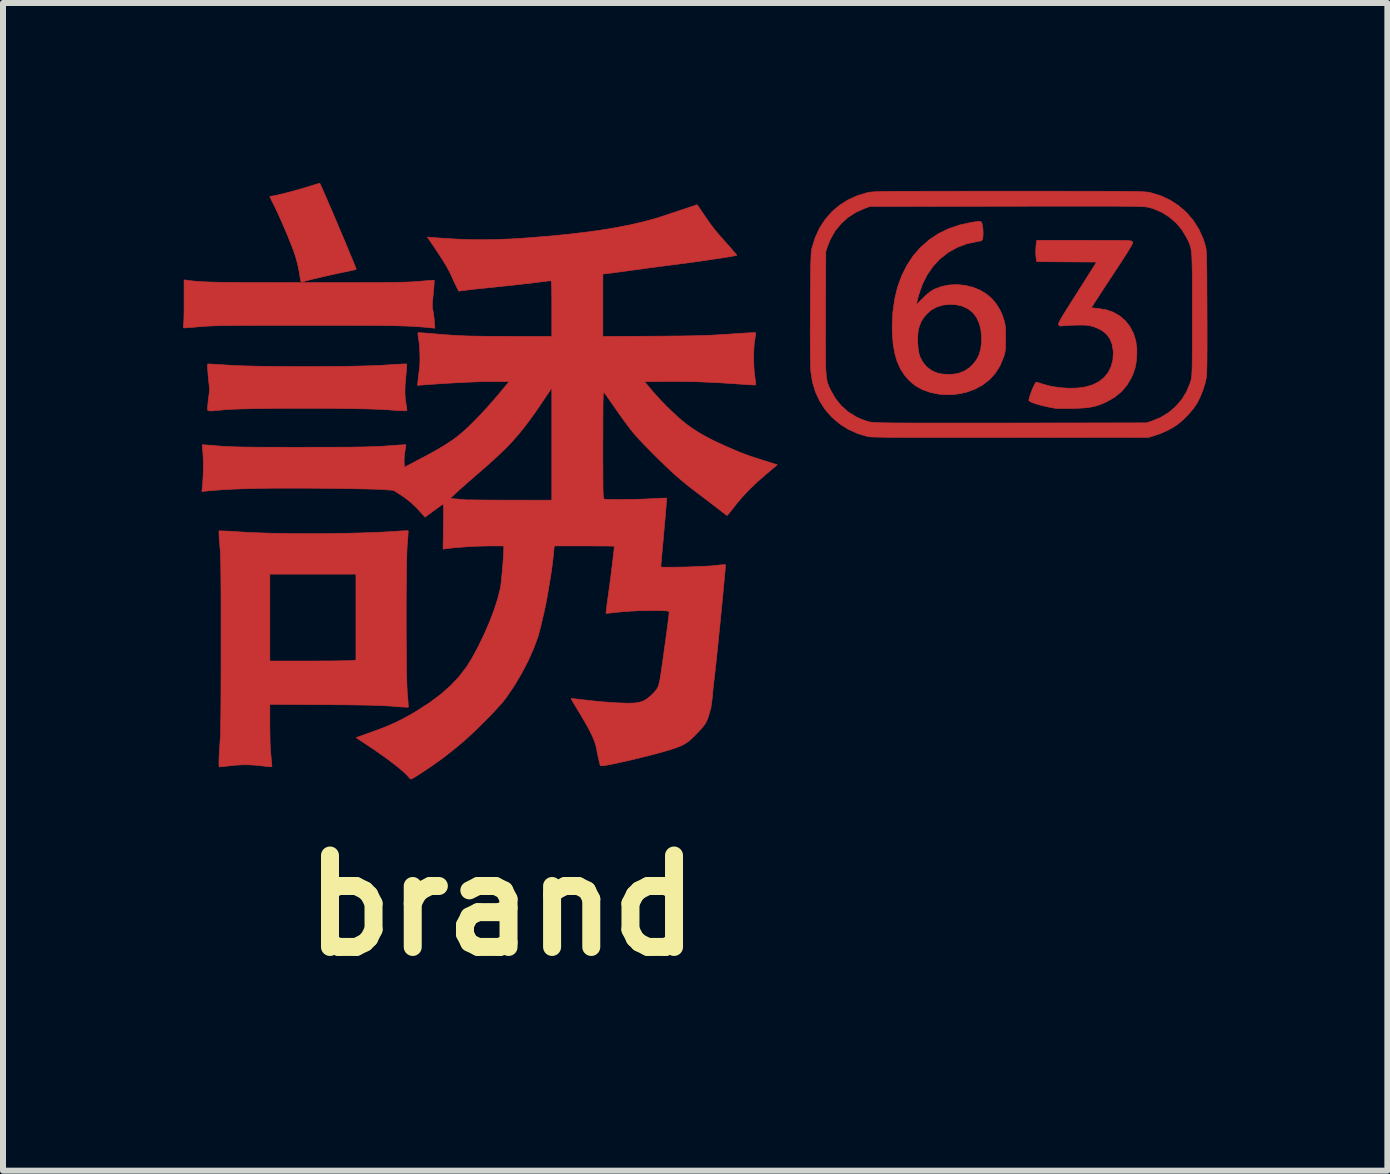
<source format=kicad_pcb>
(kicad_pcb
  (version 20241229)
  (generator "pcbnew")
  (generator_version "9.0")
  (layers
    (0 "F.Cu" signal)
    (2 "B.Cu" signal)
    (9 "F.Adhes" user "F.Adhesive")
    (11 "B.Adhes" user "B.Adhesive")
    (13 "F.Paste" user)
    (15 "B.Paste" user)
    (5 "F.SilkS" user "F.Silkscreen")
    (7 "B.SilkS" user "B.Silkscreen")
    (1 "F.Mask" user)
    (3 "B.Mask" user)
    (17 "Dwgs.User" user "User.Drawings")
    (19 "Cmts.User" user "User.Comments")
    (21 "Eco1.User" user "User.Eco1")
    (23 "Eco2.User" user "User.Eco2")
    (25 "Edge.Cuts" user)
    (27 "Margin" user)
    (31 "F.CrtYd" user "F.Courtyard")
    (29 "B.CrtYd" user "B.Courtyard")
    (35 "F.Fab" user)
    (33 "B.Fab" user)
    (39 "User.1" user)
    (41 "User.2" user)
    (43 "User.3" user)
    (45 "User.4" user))
  (footprint "brand"
    (layer "F.Cu")
    (at 5.316 12.042)
    (property "Reference" "brand" (at 0 0 0) (layer "F.SilkS") (effects (font (size 1.524 1.524) (thickness 0.3))))
    (attr through_hole)
    (fp_poly (pts (xy -3.037 -12.037) (xy -3.029 -12.022) (xy -3.013 -11.988) (xy -2.989 -11.935) (xy -2.959 -11.866) (xy -2.923 -11.784) (xy -2.883 -11.69) (xy -2.839 -11.589) (xy -2.793 -11.481) (xy -2.746 -11.37) (xy -2.699 -11.258) (xy -2.652 -11.148) (xy -2.607 -11.041) (xy -2.565 -10.94) (xy -2.527 -10.848) (xy -2.493 -10.767) (xy -2.466 -10.7) (xy -2.445 -10.649) (xy -2.433 -10.616) (xy -2.43 -10.604) (xy -2.445 -10.599) (xy -2.481 -10.59) (xy -2.533 -10.578) (xy -2.598 -10.564) (xy -2.65 -10.554) (xy -2.717 -10.54) (xy -2.795 -10.523) (xy -2.881 -10.504) (xy -2.969 -10.484) (xy -3.057 -10.463) (xy -3.139 -10.444) (xy -3.211 -10.426) (xy -3.27 -10.41) (xy -3.311 -10.399) (xy -3.325 -10.394) (xy -3.345 -10.396) (xy -3.353 -10.409) (xy -3.357 -10.431) (xy -3.365 -10.472) (xy -3.373 -10.524) (xy -3.38 -10.563) (xy -3.393 -10.632) (xy -3.412 -10.713) (xy -3.434 -10.794) (xy -3.449 -10.843) (xy -3.475 -10.918) (xy -3.511 -11.012) (xy -3.553 -11.117) (xy -3.6 -11.23) (xy -3.649 -11.344) (xy -3.698 -11.455) (xy -3.744 -11.557) (xy -3.787 -11.646) (xy -3.794 -11.661) (xy -3.822 -11.717) (xy -3.845 -11.764) (xy -3.861 -11.799) (xy -3.869 -11.816) (xy -3.869 -11.817) (xy -3.858 -11.821) (xy -3.837 -11.823) (xy -3.811 -11.827) (xy -3.765 -11.836) (xy -3.702 -11.851) (xy -3.628 -11.869) (xy -3.546 -11.89) (xy -3.46 -11.913) (xy -3.375 -11.937) (xy -3.295 -11.96) (xy -3.223 -11.982) (xy -3.204 -11.988) (xy -3.144 -12.007) (xy -3.093 -12.022) (xy -3.057 -12.033) (xy -3.038 -12.037) (xy -3.037 -12.037)) (stroke (width 0.01) (type solid)) (fill yes) (layer "F.Cu"))
    (fp_poly (pts (xy -1.589 -9.026) (xy -1.588 -9.026) (xy -1.587 -9.012) (xy -1.589 -8.978) (xy -1.592 -8.929) (xy -1.597 -8.876) (xy -1.608 -8.76) (xy -1.615 -8.665) (xy -1.617 -8.585) (xy -1.617 -8.516) (xy -1.612 -8.452) (xy -1.603 -8.389) (xy -1.602 -8.379) (xy -1.593 -8.326) (xy -1.588 -8.282) (xy -1.585 -8.254) (xy -1.586 -8.247) (xy -1.6 -8.246) (xy -1.636 -8.247) (xy -1.69 -8.25) (xy -1.759 -8.253) (xy -1.839 -8.258) (xy -1.915 -8.264) (xy -2 -8.268) (xy -2.107 -8.273) (xy -2.231 -8.277) (xy -2.372 -8.28) (xy -2.525 -8.283) (xy -2.689 -8.285) (xy -2.861 -8.287) (xy -3.039 -8.288) (xy -3.219 -8.288) (xy -3.4 -8.288) (xy -3.578 -8.288) (xy -3.752 -8.287) (xy -3.918 -8.285) (xy -4.074 -8.283) (xy -4.218 -8.28) (xy -4.347 -8.277) (xy -4.458 -8.273) (xy -4.549 -8.269) (xy -4.617 -8.264) (xy -4.618 -8.264) (xy -4.712 -8.255) (xy -4.784 -8.248) (xy -4.836 -8.244) (xy -4.872 -8.244) (xy -4.894 -8.248) (xy -4.905 -8.258) (xy -4.909 -8.273) (xy -4.907 -8.295) (xy -4.904 -8.325) (xy -4.904 -8.334) (xy -4.898 -8.396) (xy -4.89 -8.464) (xy -4.883 -8.509) (xy -4.877 -8.562) (xy -4.875 -8.612) (xy -4.877 -8.643) (xy -4.882 -8.685) (xy -4.888 -8.739) (xy -4.894 -8.801) (xy -4.899 -8.863) (xy -4.904 -8.922) (xy -4.906 -8.972) (xy -4.907 -9.008) (xy -4.906 -9.024) (xy -4.906 -9.025) (xy -4.892 -9.026) (xy -4.856 -9.025) (xy -4.802 -9.022) (xy -4.733 -9.018) (xy -4.653 -9.013) (xy -4.584 -9.008) (xy -4.489 -9.002) (xy -4.372 -8.997) (xy -4.236 -8.993) (xy -4.083 -8.989) (xy -3.916 -8.987) (xy -3.739 -8.984) (xy -3.554 -8.983) (xy -3.364 -8.982) (xy -3.172 -8.982) (xy -2.982 -8.983) (xy -2.796 -8.985) (xy -2.616 -8.987) (xy -2.447 -8.99) (xy -2.291 -8.994) (xy -2.151 -8.998) (xy -2.029 -9.003) (xy -1.947 -9.008) (xy -1.855 -9.014) (xy -1.772 -9.019) (xy -1.7 -9.023) (xy -1.643 -9.026) (xy -1.605 -9.027) (xy -1.589 -9.026)) (stroke (width 0.01) (type solid)) (fill yes) (layer "F.Cu"))
    (fp_poly (pts (xy -5.247 -10.421) (xy -5.204 -10.415) (xy -5.159 -10.41) (xy -5.113 -10.406) (xy -5.063 -10.402) (xy -5.008 -10.398) (xy -4.946 -10.395) (xy -4.877 -10.392) (xy -4.797 -10.39) (xy -4.707 -10.388) (xy -4.604 -10.386) (xy -4.487 -10.385) (xy -4.354 -10.384) (xy -4.205 -10.383) (xy -4.037 -10.383) (xy -3.849 -10.382) (xy -3.64 -10.382) (xy -3.408 -10.382) (xy -3.221 -10.382) (xy -2.981 -10.382) (xy -2.765 -10.382) (xy -2.571 -10.382) (xy -2.398 -10.382) (xy -2.245 -10.383) (xy -2.109 -10.383) (xy -1.99 -10.384) (xy -1.886 -10.385) (xy -1.795 -10.386) (xy -1.716 -10.388) (xy -1.647 -10.389) (xy -1.587 -10.391) (xy -1.535 -10.393) (xy -1.488 -10.395) (xy -1.446 -10.398) (xy -1.406 -10.401) (xy -1.374 -10.404) (xy -1.299 -10.41) (xy -1.233 -10.416) (xy -1.18 -10.419) (xy -1.144 -10.421) (xy -1.129 -10.421) (xy -1.129 -10.421) (xy -1.129 -10.408) (xy -1.131 -10.374) (xy -1.134 -10.324) (xy -1.139 -10.263) (xy -1.145 -10.196) (xy -1.152 -10.128) (xy -1.159 -10.062) (xy -1.16 -10.046) (xy -1.161 -9.999) (xy -1.156 -9.945) (xy -1.152 -9.923) (xy -1.144 -9.878) (xy -1.136 -9.82) (xy -1.129 -9.757) (xy -1.128 -9.74) (xy -1.118 -9.623) (xy -1.195 -9.63) (xy -1.258 -9.636) (xy -1.319 -9.642) (xy -1.38 -9.646) (xy -1.444 -9.651) (xy -1.51 -9.654) (xy -1.582 -9.658) (xy -1.66 -9.66) (xy -1.747 -9.663) (xy -1.844 -9.665) (xy -1.953 -9.666) (xy -2.075 -9.668) (xy -2.212 -9.669) (xy -2.365 -9.669) (xy -2.537 -9.67) (xy -2.729 -9.67) (xy -2.943 -9.67) (xy -3.18 -9.67) (xy -3.247 -9.67) (xy -3.481 -9.67) (xy -3.692 -9.67) (xy -3.88 -9.67) (xy -4.047 -9.67) (xy -4.196 -9.669) (xy -4.327 -9.669) (xy -4.442 -9.668) (xy -4.542 -9.667) (xy -4.63 -9.666) (xy -4.706 -9.664) (xy -4.773 -9.663) (xy -4.832 -9.661) (xy -4.884 -9.658) (xy -4.931 -9.656) (xy -4.974 -9.653) (xy -5.016 -9.65) (xy -5.034 -9.648) (xy -5.112 -9.641) (xy -5.182 -9.636) (xy -5.24 -9.631) (xy -5.282 -9.628) (xy -5.302 -9.626) (xy -5.304 -9.626) (xy -5.311 -9.638) (xy -5.309 -9.671) (xy -5.307 -9.68) (xy -5.305 -9.707) (xy -5.302 -9.755) (xy -5.3 -9.821) (xy -5.299 -9.901) (xy -5.298 -9.99) (xy -5.298 -10.081) (xy -5.298 -10.428) (xy -5.247 -10.421)) (stroke (width 0.01) (type solid)) (fill yes) (layer "F.Cu"))
    (fp_poly (pts (xy 7.983 -11.396) (xy 7.994 -11.382) (xy 8.001 -11.359) (xy 8.004 -11.348) (xy 8.014 -11.286) (xy 8.018 -11.215) (xy 8.015 -11.148) (xy 8.011 -11.116) (xy 8.006 -11.097) (xy 7.996 -11.085) (xy 7.975 -11.076) (xy 7.938 -11.069) (xy 7.906 -11.064) (xy 7.741 -11.028) (xy 7.584 -10.968) (xy 7.439 -10.887) (xy 7.308 -10.785) (xy 7.292 -10.771) (xy 7.178 -10.647) (xy 7.083 -10.508) (xy 7.005 -10.352) (xy 6.945 -10.178) (xy 6.922 -10.089) (xy 6.904 -10.012) (xy 7.014 -10.122) (xy 7.081 -10.186) (xy 7.139 -10.232) (xy 7.194 -10.266) (xy 7.205 -10.272) (xy 7.326 -10.318) (xy 7.454 -10.343) (xy 7.585 -10.349) (xy 7.716 -10.336) (xy 7.843 -10.306) (xy 7.963 -10.258) (xy 8.071 -10.193) (xy 8.165 -10.114) (xy 8.226 -10.041) (xy 8.275 -9.968) (xy 8.311 -9.902) (xy 8.341 -9.832) (xy 8.363 -9.766) (xy 8.374 -9.727) (xy 8.382 -9.691) (xy 8.388 -9.653) (xy 8.391 -9.606) (xy 8.392 -9.545) (xy 8.392 -9.464) (xy 8.392 -9.455) (xy 8.392 -9.373) (xy 8.391 -9.312) (xy 8.388 -9.265) (xy 8.383 -9.227) (xy 8.375 -9.192) (xy 8.364 -9.155) (xy 8.358 -9.137) (xy 8.299 -8.996) (xy 8.221 -8.872) (xy 8.125 -8.766) (xy 8.01 -8.677) (xy 7.877 -8.605) (xy 7.734 -8.554) (xy 7.629 -8.531) (xy 7.512 -8.517) (xy 7.393 -8.514) (xy 7.288 -8.522) (xy 7.138 -8.552) (xy 7.005 -8.599) (xy 6.889 -8.664) (xy 6.789 -8.748) (xy 6.786 -8.75) (xy 6.703 -8.847) (xy 6.636 -8.954) (xy 6.583 -9.075) (xy 6.544 -9.211) (xy 6.518 -9.365) (xy 6.516 -9.393) (xy 6.927 -9.393) (xy 6.933 -9.307) (xy 6.943 -9.228) (xy 6.959 -9.165) (xy 6.962 -9.155) (xy 7.013 -9.056) (xy 7.08 -8.976) (xy 7.165 -8.914) (xy 7.255 -8.875) (xy 7.327 -8.86) (xy 7.411 -8.853) (xy 7.499 -8.854) (xy 7.579 -8.864) (xy 7.613 -8.872) (xy 7.71 -8.911) (xy 7.794 -8.967) (xy 7.844 -9.015) (xy 7.907 -9.094) (xy 7.951 -9.181) (xy 7.979 -9.28) (xy 7.992 -9.394) (xy 7.993 -9.448) (xy 7.983 -9.581) (xy 7.956 -9.698) (xy 7.91 -9.799) (xy 7.847 -9.881) (xy 7.768 -9.945) (xy 7.673 -9.99) (xy 7.563 -10.014) (xy 7.479 -10.019) (xy 7.356 -10.009) (xy 7.249 -9.978) (xy 7.154 -9.926) (xy 7.08 -9.861) (xy 7.025 -9.796) (xy 6.985 -9.73) (xy 6.954 -9.651) (xy 6.945 -9.621) (xy 6.933 -9.558) (xy 6.927 -9.48) (xy 6.927 -9.393) (xy 6.516 -9.393) (xy 6.505 -9.538) (xy 6.503 -9.651) (xy 6.513 -9.882) (xy 6.543 -10.1) (xy 6.592 -10.305) (xy 6.661 -10.495) (xy 6.748 -10.67) (xy 6.853 -10.829) (xy 6.977 -10.971) (xy 6.978 -10.971) (xy 7.119 -11.095) (xy 7.275 -11.199) (xy 7.446 -11.282) (xy 7.631 -11.344) (xy 7.821 -11.385) (xy 7.888 -11.396) (xy 7.935 -11.402) (xy 7.965 -11.402) (xy 7.983 -11.396)) (stroke (width 0.01) (type solid)) (fill yes) (layer "F.Cu"))
    (fp_poly (pts (xy 9.864 -11.086) (xy 10.001 -11.086) (xy 10.118 -11.086) (xy 10.214 -11.086) (xy 10.293 -11.085) (xy 10.355 -11.084) (xy 10.404 -11.083) (xy 10.44 -11.081) (xy 10.466 -11.079) (xy 10.484 -11.076) (xy 10.495 -11.073) (xy 10.502 -11.068) (xy 10.506 -11.064) (xy 10.508 -11.06) (xy 10.51 -11.052) (xy 10.508 -11.04) (xy 10.501 -11.022) (xy 10.488 -10.996) (xy 10.467 -10.961) (xy 10.439 -10.914) (xy 10.401 -10.854) (xy 10.354 -10.78) (xy 10.295 -10.689) (xy 10.223 -10.58) (xy 10.172 -10.502) (xy 10.103 -10.397) (xy 10.039 -10.3) (xy 9.981 -10.211) (xy 9.93 -10.132) (xy 9.887 -10.067) (xy 9.854 -10.015) (xy 9.832 -9.981) (xy 9.822 -9.965) (xy 9.822 -9.965) (xy 9.833 -9.962) (xy 9.865 -9.958) (xy 9.91 -9.954) (xy 9.929 -9.952) (xy 10.064 -9.931) (xy 10.186 -9.889) (xy 10.294 -9.827) (xy 10.387 -9.748) (xy 10.463 -9.651) (xy 10.522 -9.54) (xy 10.561 -9.416) (xy 10.58 -9.279) (xy 10.579 -9.17) (xy 10.569 -9.059) (xy 10.551 -8.964) (xy 10.523 -8.876) (xy 10.487 -8.794) (xy 10.415 -8.672) (xy 10.325 -8.567) (xy 10.216 -8.477) (xy 10.086 -8.401) (xy 10.068 -8.392) (xy 9.991 -8.359) (xy 9.92 -8.333) (xy 9.847 -8.314) (xy 9.768 -8.3) (xy 9.678 -8.292) (xy 9.571 -8.287) (xy 9.504 -8.286) (xy 9.425 -8.285) (xy 9.352 -8.285) (xy 9.29 -8.285) (xy 9.244 -8.287) (xy 9.219 -8.288) (xy 9.218 -8.288) (xy 9.135 -8.303) (xy 9.052 -8.321) (xy 8.974 -8.34) (xy 8.904 -8.36) (xy 8.846 -8.38) (xy 8.805 -8.398) (xy 8.783 -8.414) (xy 8.78 -8.419) (xy 8.785 -8.449) (xy 8.797 -8.492) (xy 8.815 -8.543) (xy 8.835 -8.597) (xy 8.857 -8.647) (xy 8.877 -8.688) (xy 8.894 -8.716) (xy 8.904 -8.724) (xy 8.92 -8.72) (xy 8.953 -8.71) (xy 8.997 -8.696) (xy 9.005 -8.693) (xy 9.137 -8.657) (xy 9.282 -8.633) (xy 9.432 -8.622) (xy 9.577 -8.624) (xy 9.71 -8.641) (xy 9.713 -8.641) (xy 9.837 -8.676) (xy 9.944 -8.729) (xy 10.033 -8.799) (xy 10.103 -8.884) (xy 10.152 -8.984) (xy 10.181 -9.097) (xy 10.188 -9.223) (xy 10.186 -9.247) (xy 10.168 -9.355) (xy 10.13 -9.448) (xy 10.071 -9.526) (xy 9.991 -9.589) (xy 9.891 -9.637) (xy 9.822 -9.658) (xy 9.782 -9.667) (xy 9.739 -9.672) (xy 9.687 -9.675) (xy 9.621 -9.675) (xy 9.542 -9.673) (xy 9.472 -9.671) (xy 9.41 -9.667) (xy 9.36 -9.664) (xy 9.328 -9.66) (xy 9.32 -9.659) (xy 9.295 -9.66) (xy 9.278 -9.677) (xy 9.275 -9.685) (xy 9.275 -9.695) (xy 9.28 -9.711) (xy 9.29 -9.733) (xy 9.306 -9.763) (xy 9.329 -9.804) (xy 9.361 -9.857) (xy 9.403 -9.924) (xy 9.455 -10.008) (xy 9.519 -10.109) (xy 9.586 -10.214) (xy 9.909 -10.725) (xy 9.41 -10.728) (xy 8.911 -10.731) (xy 8.903 -10.779) (xy 8.896 -10.842) (xy 8.895 -10.917) (xy 8.899 -10.993) (xy 8.903 -11.028) (xy 8.911 -11.087) (xy 9.702 -11.087) (xy 9.864 -11.086)) (stroke (width 0.01) (type solid)) (fill yes) (layer "F.Cu"))
    (fp_poly (pts (xy -1.564 -6.246) (xy -1.563 -6.232) (xy -1.565 -6.197) (xy -1.568 -6.146) (xy -1.574 -6.084) (xy -1.576 -6.056) (xy -1.58 -6.004) (xy -1.584 -5.928) (xy -1.587 -5.832) (xy -1.59 -5.718) (xy -1.592 -5.588) (xy -1.594 -5.446) (xy -1.595 -5.294) (xy -1.596 -5.134) (xy -1.597 -4.968) (xy -1.597 -4.8) (xy -1.597 -4.631) (xy -1.596 -4.465) (xy -1.595 -4.303) (xy -1.594 -4.149) (xy -1.592 -4.005) (xy -1.59 -3.872) (xy -1.587 -3.755) (xy -1.584 -3.655) (xy -1.58 -3.575) (xy -1.577 -3.517) (xy -1.576 -3.512) (xy -1.57 -3.444) (xy -1.565 -3.385) (xy -1.562 -3.339) (xy -1.561 -3.312) (xy -1.562 -3.306) (xy -1.575 -3.305) (xy -1.61 -3.307) (xy -1.662 -3.31) (xy -1.728 -3.315) (xy -1.803 -3.321) (xy -1.813 -3.322) (xy -1.873 -3.326) (xy -1.94 -3.33) (xy -2.016 -3.334) (xy -2.104 -3.337) (xy -2.205 -3.34) (xy -2.322 -3.342) (xy -2.456 -3.344) (xy -2.609 -3.346) (xy -2.784 -3.347) (xy -2.964 -3.349) (xy -3.869 -3.354) (xy -3.869 -3.001) (xy -3.867 -2.833) (xy -3.864 -2.689) (xy -3.857 -2.571) (xy -3.849 -2.484) (xy -3.843 -2.422) (xy -3.838 -2.37) (xy -3.835 -2.333) (xy -3.835 -2.315) (xy -3.836 -2.314) (xy -3.85 -2.314) (xy -3.884 -2.316) (xy -3.934 -2.321) (xy -3.994 -2.328) (xy -4.005 -2.329) (xy -4.122 -2.341) (xy -4.226 -2.347) (xy -4.327 -2.347) (xy -4.436 -2.34) (xy -4.536 -2.33) (xy -4.598 -2.323) (xy -4.652 -2.317) (xy -4.691 -2.313) (xy -4.711 -2.311) (xy -4.712 -2.311) (xy -4.715 -2.323) (xy -4.717 -2.356) (xy -4.717 -2.405) (xy -4.715 -2.467) (xy -4.714 -2.485) (xy -4.71 -2.565) (xy -4.704 -2.651) (xy -4.699 -2.732) (xy -4.694 -2.793) (xy -4.692 -2.824) (xy -4.691 -2.878) (xy -4.689 -2.954) (xy -4.688 -3.05) (xy -4.686 -3.164) (xy -4.685 -3.294) (xy -4.684 -3.439) (xy -4.683 -3.597) (xy -4.683 -3.765) (xy -4.682 -3.943) (xy -4.682 -4.128) (xy -4.682 -4.319) (xy -4.682 -4.349) (xy -4.682 -4.576) (xy -4.682 -4.78) (xy -4.682 -4.961) (xy -4.682 -5.122) (xy -4.683 -5.264) (xy -4.684 -5.388) (xy -4.685 -5.497) (xy -4.685 -5.524) (xy -3.869 -5.524) (xy -3.869 -4.076) (xy -3.229 -4.076) (xy -3.101 -4.076) (xy -2.979 -4.077) (xy -2.865 -4.077) (xy -2.761 -4.078) (xy -2.672 -4.08) (xy -2.599 -4.081) (xy -2.545 -4.082) (xy -2.514 -4.084) (xy -2.512 -4.084) (xy -2.434 -4.092) (xy -2.434 -5.524) (xy -3.869 -5.524) (xy -4.685 -5.524) (xy -4.686 -5.591) (xy -4.687 -5.673) (xy -4.689 -5.744) (xy -4.691 -5.806) (xy -4.693 -5.859) (xy -4.695 -5.907) (xy -4.698 -5.95) (xy -4.702 -5.991) (xy -4.703 -6.003) (xy -4.709 -6.078) (xy -4.714 -6.143) (xy -4.716 -6.195) (xy -4.717 -6.23) (xy -4.716 -6.243) (xy -4.701 -6.245) (xy -4.665 -6.244) (xy -4.611 -6.242) (xy -4.541 -6.239) (xy -4.461 -6.234) (xy -4.393 -6.229) (xy -4.236 -6.22) (xy -4.057 -6.212) (xy -3.861 -6.206) (xy -3.651 -6.202) (xy -3.43 -6.199) (xy -3.203 -6.198) (xy -2.974 -6.199) (xy -2.745 -6.202) (xy -2.522 -6.206) (xy -2.307 -6.212) (xy -2.105 -6.219) (xy -1.919 -6.228) (xy -1.778 -6.237) (xy -1.708 -6.242) (xy -1.647 -6.245) (xy -1.6 -6.247) (xy -1.571 -6.247) (xy -1.564 -6.246)) (stroke (width 0.01) (type solid)) (fill yes) (layer "F.Cu"))
    (fp_poly (pts (xy 8.731 -11.906) (xy 8.988 -11.906) (xy 9.222 -11.906) (xy 9.434 -11.905) (xy 9.625 -11.905) (xy 9.797 -11.905) (xy 9.95 -11.905) (xy 10.085 -11.904) (xy 10.205 -11.904) (xy 10.309 -11.903) (xy 10.399 -11.902) (xy 10.477 -11.901) (xy 10.543 -11.9) (xy 10.599 -11.899) (xy 10.645 -11.898) (xy 10.684 -11.896) (xy 10.715 -11.894) (xy 10.74 -11.892) (xy 10.761 -11.89) (xy 10.778 -11.888) (xy 10.793 -11.885) (xy 10.806 -11.882) (xy 10.977 -11.83) (xy 11.135 -11.756) (xy 11.279 -11.663) (xy 11.407 -11.551) (xy 11.518 -11.421) (xy 11.611 -11.276) (xy 11.684 -11.116) (xy 11.716 -11.017) (xy 11.722 -10.998) (xy 11.726 -10.98) (xy 11.73 -10.961) (xy 11.734 -10.938) (xy 11.736 -10.911) (xy 11.739 -10.878) (xy 11.741 -10.836) (xy 11.743 -10.784) (xy 11.744 -10.72) (xy 11.745 -10.643) (xy 11.746 -10.549) (xy 11.747 -10.438) (xy 11.747 -10.308) (xy 11.748 -10.157) (xy 11.749 -9.983) (xy 11.749 -9.905) (xy 11.75 -9.682) (xy 11.75 -9.484) (xy 11.75 -9.311) (xy 11.749 -9.164) (xy 11.748 -9.041) (xy 11.746 -8.944) (xy 11.744 -8.871) (xy 11.741 -8.823) (xy 11.739 -8.807) (xy 11.718 -8.707) (xy 11.684 -8.598) (xy 11.641 -8.489) (xy 11.594 -8.392) (xy 11.579 -8.366) (xy 11.524 -8.286) (xy 11.453 -8.201) (xy 11.375 -8.119) (xy 11.294 -8.047) (xy 11.233 -8.001) (xy 11.118 -7.933) (xy 10.988 -7.873) (xy 10.875 -7.833) (xy 10.781 -7.804) (xy 8.476 -7.802) (xy 8.176 -7.801) (xy 7.901 -7.801) (xy 7.65 -7.801) (xy 7.421 -7.801) (xy 7.215 -7.802) (xy 7.029 -7.802) (xy 6.863 -7.802) (xy 6.716 -7.803) (xy 6.587 -7.804) (xy 6.475 -7.804) (xy 6.38 -7.805) (xy 6.301 -7.807) (xy 6.235 -7.808) (xy 6.184 -7.809) (xy 6.145 -7.811) (xy 6.118 -7.813) (xy 6.102 -7.815) (xy 6.101 -7.815) (xy 5.929 -7.866) (xy 5.771 -7.937) (xy 5.628 -8.028) (xy 5.5 -8.137) (xy 5.39 -8.262) (xy 5.298 -8.402) (xy 5.226 -8.555) (xy 5.175 -8.72) (xy 5.148 -8.89) (xy 5.144 -8.939) (xy 5.142 -9.012) (xy 5.14 -9.109) (xy 5.138 -9.23) (xy 5.138 -9.376) (xy 5.138 -9.378) (xy 5.391 -9.378) (xy 5.391 -9.25) (xy 5.392 -9.14) (xy 5.393 -9.046) (xy 5.395 -8.966) (xy 5.399 -8.899) (xy 5.403 -8.843) (xy 5.408 -8.796) (xy 5.415 -8.756) (xy 5.423 -8.721) (xy 5.433 -8.69) (xy 5.444 -8.661) (xy 5.457 -8.632) (xy 5.472 -8.6) (xy 5.483 -8.578) (xy 5.561 -8.444) (xy 5.655 -8.329) (xy 5.766 -8.23) (xy 5.898 -8.147) (xy 5.911 -8.14) (xy 5.973 -8.112) (xy 6.042 -8.085) (xy 6.105 -8.066) (xy 6.109 -8.065) (xy 6.122 -8.062) (xy 6.136 -8.059) (xy 6.151 -8.056) (xy 6.17 -8.054) (xy 6.193 -8.052) (xy 6.221 -8.05) (xy 6.256 -8.049) (xy 6.298 -8.047) (xy 6.35 -8.046) (xy 6.411 -8.045) (xy 6.483 -8.044) (xy 6.568 -8.043) (xy 6.666 -8.043) (xy 6.778 -8.042) (xy 6.907 -8.042) (xy 7.052 -8.042) (xy 7.215 -8.042) (xy 7.397 -8.042) (xy 7.599 -8.042) (xy 7.823 -8.042) (xy 8.069 -8.042) (xy 8.339 -8.042) (xy 8.476 -8.042) (xy 10.742 -8.045) (xy 10.831 -8.075) (xy 10.979 -8.136) (xy 11.112 -8.218) (xy 11.23 -8.319) (xy 11.33 -8.435) (xy 11.41 -8.567) (xy 11.47 -8.712) (xy 11.481 -8.75) (xy 11.486 -8.766) (xy 11.489 -8.784) (xy 11.492 -8.806) (xy 11.495 -8.833) (xy 11.497 -8.867) (xy 11.499 -8.91) (xy 11.501 -8.964) (xy 11.502 -9.03) (xy 11.503 -9.111) (xy 11.504 -9.207) (xy 11.504 -9.321) (xy 11.504 -9.455) (xy 11.504 -9.61) (xy 11.504 -9.788) (xy 11.504 -9.848) (xy 11.504 -10.039) (xy 11.504 -10.206) (xy 11.504 -10.352) (xy 11.504 -10.478) (xy 11.503 -10.585) (xy 11.501 -10.677) (xy 11.499 -10.754) (xy 11.496 -10.818) (xy 11.492 -10.872) (xy 11.486 -10.917) (xy 11.48 -10.955) (xy 11.472 -10.988) (xy 11.462 -11.017) (xy 11.451 -11.045) (xy 11.438 -11.073) (xy 11.424 -11.103) (xy 11.41 -11.131) (xy 11.332 -11.261) (xy 11.235 -11.377) (xy 11.12 -11.476) (xy 10.992 -11.556) (xy 10.852 -11.615) (xy 10.789 -11.634) (xy 10.777 -11.637) (xy 10.763 -11.639) (xy 10.748 -11.642) (xy 10.73 -11.644) (xy 10.708 -11.646) (xy 10.681 -11.648) (xy 10.647 -11.65) (xy 10.606 -11.651) (xy 10.556 -11.652) (xy 10.496 -11.654) (xy 10.426 -11.654) (xy 10.343 -11.655) (xy 10.247 -11.656) (xy 10.137 -11.656) (xy 10.011 -11.656) (xy 9.869 -11.656) (xy 9.709 -11.656) (xy 9.53 -11.656) (xy 9.331 -11.656) (xy 9.11 -11.656) (xy 8.868 -11.656) (xy 8.601 -11.655) (xy 8.412 -11.655) (xy 6.132 -11.652) (xy 6.05 -11.622) (xy 5.899 -11.555) (xy 5.766 -11.469) (xy 5.65 -11.365) (xy 5.552 -11.245) (xy 5.474 -11.108) (xy 5.431 -11.004) (xy 5.396 -10.902) (xy 5.392 -9.89) (xy 5.392 -9.697) (xy 5.391 -9.527) (xy 5.391 -9.378) (xy 5.138 -9.378) (xy 5.137 -9.547) (xy 5.138 -9.743) (xy 5.139 -9.95) (xy 5.14 -10.127) (xy 5.141 -10.281) (xy 5.142 -10.412) (xy 5.143 -10.525) (xy 5.144 -10.619) (xy 5.146 -10.698) (xy 5.148 -10.762) (xy 5.15 -10.815) (xy 5.152 -10.857) (xy 5.155 -10.891) (xy 5.158 -10.918) (xy 5.162 -10.941) (xy 5.166 -10.96) (xy 5.219 -11.131) (xy 5.292 -11.29) (xy 5.385 -11.433) (xy 5.496 -11.561) (xy 5.625 -11.671) (xy 5.769 -11.762) (xy 5.928 -11.834) (xy 6.098 -11.884) (xy 6.111 -11.886) (xy 6.127 -11.889) (xy 6.146 -11.891) (xy 6.17 -11.893) (xy 6.199 -11.895) (xy 6.236 -11.897) (xy 6.28 -11.898) (xy 6.333 -11.9) (xy 6.396 -11.901) (xy 6.471 -11.902) (xy 6.559 -11.903) (xy 6.66 -11.903) (xy 6.776 -11.904) (xy 6.908 -11.904) (xy 7.057 -11.905) (xy 7.224 -11.905) (xy 7.41 -11.905) (xy 7.617 -11.905) (xy 7.846 -11.906) (xy 8.098 -11.906) (xy 8.373 -11.906) (xy 8.45 -11.906) (xy 8.731 -11.906)) (stroke (width 0.01) (type solid)) (fill yes) (layer "F.Cu"))
    (fp_poly (pts (xy 3.366 -11.514) (xy 3.418 -11.438) (xy 3.463 -11.374) (xy 3.506 -11.316) (xy 3.549 -11.26) (xy 3.597 -11.202) (xy 3.654 -11.137) (xy 3.723 -11.059) (xy 3.755 -11.023) (xy 3.805 -10.967) (xy 3.848 -10.917) (xy 3.883 -10.877) (xy 3.905 -10.85) (xy 3.914 -10.838) (xy 3.913 -10.838) (xy 3.898 -10.834) (xy 3.861 -10.826) (xy 3.804 -10.816) (xy 3.731 -10.804) (xy 3.645 -10.79) (xy 3.547 -10.776) (xy 3.442 -10.76) (xy 3.333 -10.744) (xy 3.221 -10.728) (xy 3.11 -10.713) (xy 3.003 -10.699) (xy 3.002 -10.699) (xy 2.88 -10.683) (xy 2.75 -10.666) (xy 2.617 -10.649) (xy 2.489 -10.632) (xy 2.371 -10.616) (xy 2.27 -10.602) (xy 2.246 -10.599) (xy 2.151 -10.586) (xy 2.056 -10.573) (xy 1.968 -10.561) (xy 1.891 -10.551) (xy 1.83 -10.543) (xy 1.805 -10.54) (xy 1.681 -10.525) (xy 1.681 -9.485) (xy 2.516 -9.489) (xy 2.695 -9.49) (xy 2.851 -9.492) (xy 2.988 -9.493) (xy 3.108 -9.495) (xy 3.216 -9.497) (xy 3.314 -9.499) (xy 3.404 -9.503) (xy 3.491 -9.506) (xy 3.576 -9.511) (xy 3.664 -9.516) (xy 3.757 -9.522) (xy 3.786 -9.524) (xy 3.888 -9.531) (xy 3.982 -9.537) (xy 4.065 -9.542) (xy 4.134 -9.546) (xy 4.186 -9.548) (xy 4.218 -9.549) (xy 4.227 -9.548) (xy 4.228 -9.533) (xy 4.224 -9.5) (xy 4.217 -9.455) (xy 4.215 -9.443) (xy 4.204 -9.368) (xy 4.197 -9.274) (xy 4.194 -9.169) (xy 4.195 -9.061) (xy 4.199 -8.957) (xy 4.207 -8.862) (xy 4.213 -8.815) (xy 4.221 -8.76) (xy 4.227 -8.715) (xy 4.229 -8.686) (xy 4.229 -8.677) (xy 4.215 -8.676) (xy 4.18 -8.677) (xy 4.127 -8.68) (xy 4.06 -8.684) (xy 3.984 -8.69) (xy 3.965 -8.691) (xy 3.604 -8.715) (xy 3.259 -8.73) (xy 2.924 -8.735) (xy 2.749 -8.735) (xy 2.376 -8.731) (xy 2.482 -8.604) (xy 2.558 -8.516) (xy 2.644 -8.423) (xy 2.736 -8.328) (xy 2.83 -8.236) (xy 2.922 -8.151) (xy 3.006 -8.077) (xy 3.079 -8.019) (xy 3.083 -8.016) (xy 3.179 -7.948) (xy 3.276 -7.885) (xy 3.379 -7.826) (xy 3.492 -7.766) (xy 3.62 -7.705) (xy 3.764 -7.64) (xy 3.849 -7.603) (xy 3.922 -7.572) (xy 3.988 -7.545) (xy 4.052 -7.521) (xy 4.118 -7.497) (xy 4.192 -7.472) (xy 4.278 -7.444) (xy 4.381 -7.411) (xy 4.433 -7.395) (xy 4.588 -7.346) (xy 4.422 -7.207) (xy 4.267 -7.072) (xy 4.133 -6.945) (xy 4.016 -6.822) (xy 3.913 -6.702) (xy 3.879 -6.657) (xy 3.837 -6.604) (xy 3.801 -6.558) (xy 3.773 -6.524) (xy 3.756 -6.505) (xy 3.752 -6.502) (xy 3.739 -6.509) (xy 3.711 -6.529) (xy 3.673 -6.558) (xy 3.642 -6.583) (xy 3.602 -6.614) (xy 3.546 -6.657) (xy 3.479 -6.708) (xy 3.404 -6.765) (xy 3.327 -6.824) (xy 3.284 -6.856) (xy 3.177 -6.938) (xy 3.08 -7.014) (xy 2.99 -7.088) (xy 2.902 -7.163) (xy 2.814 -7.243) (xy 2.72 -7.332) (xy 2.617 -7.432) (xy 2.512 -7.536) (xy 2.417 -7.633) (xy 2.336 -7.716) (xy 2.265 -7.792) (xy 2.202 -7.864) (xy 2.142 -7.937) (xy 2.082 -8.016) (xy 2.017 -8.105) (xy 1.943 -8.208) (xy 1.906 -8.261) (xy 1.855 -8.335) (xy 1.807 -8.403) (xy 1.766 -8.462) (xy 1.733 -8.509) (xy 1.71 -8.54) (xy 1.701 -8.553) (xy 1.698 -8.556) (xy 1.694 -8.554) (xy 1.692 -8.544) (xy 1.689 -8.526) (xy 1.687 -8.498) (xy 1.686 -8.457) (xy 1.684 -8.403) (xy 1.683 -8.333) (xy 1.683 -8.247) (xy 1.682 -8.141) (xy 1.682 -8.016) (xy 1.682 -7.868) (xy 1.681 -7.697) (xy 1.681 -7.681) (xy 1.681 -7.508) (xy 1.681 -7.359) (xy 1.682 -7.232) (xy 1.682 -7.124) (xy 1.683 -7.035) (xy 1.683 -6.963) (xy 1.685 -6.906) (xy 1.686 -6.862) (xy 1.688 -6.829) (xy 1.69 -6.806) (xy 1.693 -6.791) (xy 1.696 -6.782) (xy 1.7 -6.777) (xy 1.703 -6.775) (xy 1.725 -6.772) (xy 1.769 -6.769) (xy 1.831 -6.768) (xy 1.907 -6.767) (xy 1.994 -6.767) (xy 2.087 -6.768) (xy 2.184 -6.77) (xy 2.28 -6.772) (xy 2.372 -6.775) (xy 2.456 -6.779) (xy 2.508 -6.782) (xy 2.581 -6.786) (xy 2.646 -6.789) (xy 2.697 -6.791) (xy 2.731 -6.791) (xy 2.743 -6.79) (xy 2.743 -6.777) (xy 2.741 -6.741) (xy 2.737 -6.684) (xy 2.731 -6.61) (xy 2.724 -6.521) (xy 2.715 -6.42) (xy 2.705 -6.309) (xy 2.697 -6.22) (xy 2.687 -6.103) (xy 2.677 -5.993) (xy 2.668 -5.894) (xy 2.66 -5.808) (xy 2.654 -5.737) (xy 2.65 -5.685) (xy 2.647 -5.654) (xy 2.646 -5.645) (xy 2.658 -5.642) (xy 2.692 -5.64) (xy 2.745 -5.639) (xy 2.813 -5.639) (xy 2.893 -5.64) (xy 2.981 -5.641) (xy 3.074 -5.643) (xy 3.17 -5.646) (xy 3.263 -5.65) (xy 3.351 -5.654) (xy 3.431 -5.658) (xy 3.499 -5.662) (xy 3.552 -5.667) (xy 3.566 -5.669) (xy 3.626 -5.676) (xy 3.675 -5.68) (xy 3.71 -5.683) (xy 3.724 -5.682) (xy 3.724 -5.682) (xy 3.724 -5.669) (xy 3.722 -5.632) (xy 3.717 -5.576) (xy 3.71 -5.501) (xy 3.702 -5.41) (xy 3.692 -5.306) (xy 3.682 -5.191) (xy 3.67 -5.068) (xy 3.657 -4.938) (xy 3.644 -4.805) (xy 3.631 -4.67) (xy 3.617 -4.537) (xy 3.604 -4.406) (xy 3.591 -4.281) (xy 3.579 -4.165) (xy 3.568 -4.059) (xy 3.558 -3.966) (xy 3.549 -3.888) (xy 3.542 -3.828) (xy 3.532 -3.741) (xy 3.522 -3.652) (xy 3.513 -3.568) (xy 3.507 -3.496) (xy 3.503 -3.454) (xy 3.481 -3.291) (xy 3.433 -3.13) (xy 3.407 -3.065) (xy 3.384 -3.026) (xy 3.343 -2.973) (xy 3.284 -2.907) (xy 3.241 -2.862) (xy 3.181 -2.802) (xy 3.13 -2.755) (xy 3.082 -2.718) (xy 3.032 -2.687) (xy 2.976 -2.66) (xy 2.907 -2.633) (xy 2.82 -2.604) (xy 2.786 -2.593) (xy 2.715 -2.572) (xy 2.628 -2.547) (xy 2.53 -2.521) (xy 2.423 -2.493) (xy 2.311 -2.466) (xy 2.198 -2.438) (xy 2.087 -2.412) (xy 1.982 -2.389) (xy 1.886 -2.368) (xy 1.804 -2.351) (xy 1.738 -2.339) (xy 1.692 -2.333) (xy 1.684 -2.332) (xy 1.639 -2.33) (xy 1.616 -2.419) (xy 1.602 -2.48) (xy 1.587 -2.55) (xy 1.578 -2.603) (xy 1.564 -2.669) (xy 1.54 -2.742) (xy 1.506 -2.824) (xy 1.46 -2.918) (xy 1.402 -3.025) (xy 1.329 -3.149) (xy 1.303 -3.193) (xy 1.259 -3.264) (xy 1.221 -3.329) (xy 1.189 -3.382) (xy 1.166 -3.422) (xy 1.154 -3.445) (xy 1.152 -3.45) (xy 1.165 -3.45) (xy 1.2 -3.447) (xy 1.252 -3.441) (xy 1.319 -3.434) (xy 1.395 -3.425) (xy 1.422 -3.422) (xy 1.55 -3.408) (xy 1.679 -3.396) (xy 1.804 -3.386) (xy 1.921 -3.379) (xy 2.027 -3.375) (xy 2.117 -3.373) (xy 2.189 -3.375) (xy 2.224 -3.378) (xy 2.3 -3.391) (xy 2.361 -3.413) (xy 2.417 -3.446) (xy 2.477 -3.495) (xy 2.491 -3.509) (xy 2.54 -3.558) (xy 2.574 -3.598) (xy 2.597 -3.638) (xy 2.614 -3.685) (xy 2.627 -3.737) (xy 2.632 -3.764) (xy 2.64 -3.812) (xy 2.65 -3.878) (xy 2.662 -3.959) (xy 2.675 -4.052) (xy 2.69 -4.152) (xy 2.704 -4.257) (xy 2.719 -4.364) (xy 2.734 -4.47) (xy 2.747 -4.57) (xy 2.759 -4.662) (xy 2.77 -4.743) (xy 2.778 -4.809) (xy 2.783 -4.857) (xy 2.786 -4.883) (xy 2.786 -4.886) (xy 2.785 -4.896) (xy 2.778 -4.903) (xy 2.763 -4.908) (xy 2.736 -4.912) (xy 2.691 -4.914) (xy 2.627 -4.916) (xy 2.599 -4.917) (xy 2.456 -4.918) (xy 2.301 -4.915) (xy 2.143 -4.907) (xy 1.993 -4.896) (xy 1.878 -4.884) (xy 1.821 -4.878) (xy 1.775 -4.873) (xy 1.744 -4.871) (xy 1.733 -4.871) (xy 1.734 -4.884) (xy 1.738 -4.919) (xy 1.744 -4.972) (xy 1.753 -5.041) (xy 1.764 -5.12) (xy 1.775 -5.196) (xy 1.785 -5.272) (xy 1.797 -5.358) (xy 1.809 -5.451) (xy 1.821 -5.547) (xy 1.833 -5.642) (xy 1.844 -5.734) (xy 1.854 -5.817) (xy 1.862 -5.888) (xy 1.868 -5.943) (xy 1.871 -5.979) (xy 1.871 -5.99) (xy 1.859 -5.99) (xy 1.824 -5.991) (xy 1.769 -5.992) (xy 1.697 -5.993) (xy 1.61 -5.993) (xy 1.512 -5.994) (xy 1.404 -5.994) (xy 1.371 -5.994) (xy 0.871 -5.994) (xy 0.862 -5.902) (xy 0.853 -5.81) (xy 0.841 -5.71) (xy 0.828 -5.608) (xy 0.814 -5.514) (xy 0.802 -5.435) (xy 0.798 -5.416) (xy 0.788 -5.355) (xy 0.776 -5.283) (xy 0.764 -5.21) (xy 0.76 -5.187) (xy 0.749 -5.125) (xy 0.734 -5.046) (xy 0.715 -4.956) (xy 0.694 -4.859) (xy 0.671 -4.763) (xy 0.65 -4.671) (xy 0.629 -4.589) (xy 0.611 -4.522) (xy 0.6 -4.482) (xy 0.527 -4.284) (xy 0.435 -4.078) (xy 0.328 -3.872) (xy 0.209 -3.671) (xy 0.081 -3.481) (xy 0.053 -3.444) (xy 0.011 -3.391) (xy -0.048 -3.324) (xy -0.119 -3.247) (xy -0.199 -3.162) (xy -0.286 -3.074) (xy -0.376 -2.985) (xy -0.465 -2.898) (xy -0.552 -2.817) (xy -0.631 -2.746) (xy -0.662 -2.719) (xy -0.731 -2.661) (xy -0.812 -2.595) (xy -0.894 -2.53) (xy -0.97 -2.471) (xy -0.98 -2.464) (xy -1.039 -2.42) (xy -1.106 -2.373) (xy -1.177 -2.323) (xy -1.249 -2.274) (xy -1.319 -2.227) (xy -1.383 -2.185) (xy -1.438 -2.151) (xy -1.481 -2.125) (xy -1.509 -2.11) (xy -1.516 -2.108) (xy -1.533 -2.117) (xy -1.553 -2.139) (xy -1.553 -2.14) (xy -1.586 -2.176) (xy -1.637 -2.225) (xy -1.703 -2.282) (xy -1.783 -2.346) (xy -1.872 -2.415) (xy -1.969 -2.486) (xy -2.07 -2.557) (xy -2.146 -2.609) (xy -2.43 -2.799) (xy -2.158 -2.897) (xy -2.011 -2.951) (xy -1.882 -3.003) (xy -1.764 -3.056) (xy -1.65 -3.113) (xy -1.533 -3.177) (xy -1.418 -3.245) (xy -1.207 -3.381) (xy -1.02 -3.521) (xy -0.856 -3.666) (xy -0.714 -3.817) (xy -0.592 -3.976) (xy -0.508 -4.11) (xy -0.398 -4.313) (xy -0.298 -4.519) (xy -0.21 -4.722) (xy -0.134 -4.92) (xy -0.073 -5.108) (xy -0.029 -5.283) (xy -0.029 -5.283) (xy -0.022 -5.32) (xy -0.015 -5.377) (xy -0.007 -5.45) (xy 0.001 -5.533) (xy 0.009 -5.621) (xy 0.016 -5.71) (xy 0.022 -5.794) (xy 0.027 -5.868) (xy 0.029 -5.928) (xy 0.03 -5.955) (xy 0.03 -5.994) (xy -0.208 -5.994) (xy -0.307 -5.992) (xy -0.419 -5.989) (xy -0.536 -5.983) (xy -0.653 -5.975) (xy -0.763 -5.967) (xy -0.86 -5.957) (xy -0.93 -5.948) (xy -0.982 -5.941) (xy -0.976 -6.316) (xy -0.975 -6.411) (xy -0.974 -6.497) (xy -0.974 -6.571) (xy -0.975 -6.63) (xy -0.976 -6.671) (xy -0.977 -6.691) (xy -0.978 -6.692) (xy -0.991 -6.685) (xy -1.02 -6.665) (xy -1.062 -6.636) (xy -1.112 -6.599) (xy -1.135 -6.583) (xy -1.283 -6.473) (xy -1.32 -6.516) (xy -1.421 -6.626) (xy -1.517 -6.718) (xy -1.601 -6.784) (xy -0.865 -6.784) (xy -0.751 -6.776) (xy -0.698 -6.771) (xy -0.653 -6.767) (xy -0.624 -6.764) (xy -0.618 -6.763) (xy -0.602 -6.762) (xy -0.563 -6.761) (xy -0.503 -6.761) (xy -0.425 -6.76) (xy -0.331 -6.759) (xy -0.223 -6.758) (xy -0.104 -6.758) (xy 0.024 -6.757) (xy 0.116 -6.757) (xy 0.83 -6.756) (xy 0.83 -8.627) (xy 0.663 -8.38) (xy 0.559 -8.227) (xy 0.462 -8.092) (xy 0.369 -7.969) (xy 0.278 -7.857) (xy 0.185 -7.75) (xy 0.087 -7.646) (xy -0.02 -7.541) (xy -0.14 -7.43) (xy -0.274 -7.31) (xy -0.357 -7.238) (xy -0.438 -7.168) (xy -0.517 -7.099) (xy -0.592 -7.033) (xy -0.659 -6.974) (xy -0.715 -6.924) (xy -0.755 -6.887) (xy -0.764 -6.88) (xy -0.865 -6.784) (xy -1.601 -6.784) (xy -1.613 -6.794) (xy -1.675 -6.836) (xy -1.808 -6.921) (xy -1.985 -6.934) (xy -2.028 -6.937) (xy -2.093 -6.939) (xy -2.179 -6.941) (xy -2.283 -6.944) (xy -2.401 -6.946) (xy -2.532 -6.949) (xy -2.672 -6.951) (xy -2.819 -6.953) (xy -2.971 -6.954) (xy -3.037 -6.955) (xy -3.328 -6.957) (xy -3.594 -6.957) (xy -3.838 -6.956) (xy -4.059 -6.953) (xy -4.259 -6.948) (xy -4.44 -6.942) (xy -4.602 -6.934) (xy -4.746 -6.924) (xy -4.839 -6.917) (xy -5.002 -6.901) (xy -4.994 -6.971) (xy -4.987 -7.056) (xy -4.981 -7.154) (xy -4.978 -7.257) (xy -4.977 -7.359) (xy -4.979 -7.451) (xy -4.983 -7.528) (xy -4.984 -7.543) (xy -4.99 -7.598) (xy -4.993 -7.642) (xy -4.995 -7.671) (xy -4.994 -7.68) (xy -4.981 -7.68) (xy -4.946 -7.678) (xy -4.894 -7.674) (xy -4.828 -7.669) (xy -4.752 -7.662) (xy -4.737 -7.661) (xy -4.69 -7.657) (xy -4.642 -7.653) (xy -4.59 -7.65) (xy -4.535 -7.648) (xy -4.472 -7.646) (xy -4.402 -7.644) (xy -4.32 -7.642) (xy -4.227 -7.641) (xy -4.119 -7.64) (xy -3.994 -7.639) (xy -3.852 -7.639) (xy -3.69 -7.639) (xy -3.505 -7.638) (xy -3.348 -7.638) (xy -3.144 -7.639) (xy -2.963 -7.639) (xy -2.803 -7.639) (xy -2.663 -7.64) (xy -2.54 -7.64) (xy -2.432 -7.642) (xy -2.337 -7.643) (xy -2.254 -7.645) (xy -2.18 -7.647) (xy -2.114 -7.649) (xy -2.052 -7.652) (xy -1.994 -7.655) (xy -1.937 -7.659) (xy -1.909 -7.661) (xy -1.824 -7.668) (xy -1.748 -7.673) (xy -1.684 -7.677) (xy -1.636 -7.68) (xy -1.608 -7.681) (xy -1.602 -7.68) (xy -1.602 -7.667) (xy -1.607 -7.635) (xy -1.614 -7.591) (xy -1.616 -7.581) (xy -1.625 -7.518) (xy -1.631 -7.448) (xy -1.631 -7.395) (xy -1.627 -7.304) (xy -1.361 -7.445) (xy -1.215 -7.522) (xy -1.09 -7.592) (xy -0.981 -7.656) (xy -0.886 -7.717) (xy -0.799 -7.776) (xy -0.72 -7.837) (xy -0.643 -7.902) (xy -0.566 -7.972) (xy -0.512 -8.024) (xy -0.372 -8.166) (xy -0.227 -8.324) (xy -0.074 -8.5) (xy 0.002 -8.591) (xy 0.118 -8.731) (xy -0.132 -8.734) (xy -0.223 -8.734) (xy -0.335 -8.732) (xy -0.465 -8.727) (xy -0.61 -8.721) (xy -0.765 -8.713) (xy -0.928 -8.704) (xy -1.095 -8.693) (xy -1.261 -8.681) (xy -1.302 -8.678) (xy -1.408 -8.67) (xy -1.399 -8.757) (xy -1.393 -8.816) (xy -1.385 -8.876) (xy -1.379 -8.914) (xy -1.372 -8.975) (xy -1.368 -9.054) (xy -1.367 -9.143) (xy -1.37 -9.236) (xy -1.375 -9.324) (xy -1.383 -9.4) (xy -1.387 -9.427) (xy -1.395 -9.478) (xy -1.4 -9.518) (xy -1.401 -9.542) (xy -1.4 -9.546) (xy -1.386 -9.547) (xy -1.351 -9.546) (xy -1.298 -9.543) (xy -1.233 -9.538) (xy -1.161 -9.532) (xy -1.05 -9.522) (xy -0.948 -9.514) (xy -0.852 -9.507) (xy -0.759 -9.501) (xy -0.666 -9.497) (xy -0.569 -9.493) (xy -0.464 -9.491) (xy -0.348 -9.489) (xy -0.218 -9.487) (xy -0.07 -9.487) (xy 0.099 -9.487) (xy 0.135 -9.486) (xy 0.83 -9.486) (xy 0.83 -9.95) (xy 0.83 -10.073) (xy 0.829 -10.174) (xy 0.829 -10.253) (xy 0.827 -10.314) (xy 0.825 -10.358) (xy 0.823 -10.387) (xy 0.819 -10.405) (xy 0.815 -10.413) (xy 0.813 -10.413) (xy 0.795 -10.412) (xy 0.757 -10.408) (xy 0.701 -10.401) (xy 0.633 -10.393) (xy 0.557 -10.383) (xy 0.549 -10.382) (xy 0.469 -10.372) (xy 0.37 -10.361) (xy 0.258 -10.348) (xy 0.14 -10.335) (xy 0.023 -10.323) (xy -0.078 -10.312) (xy -0.181 -10.302) (xy -0.283 -10.291) (xy -0.38 -10.281) (xy -0.465 -10.272) (xy -0.535 -10.264) (xy -0.585 -10.258) (xy -0.59 -10.257) (xy -0.721 -10.24) (xy -0.76 -10.317) (xy -0.785 -10.368) (xy -0.814 -10.43) (xy -0.84 -10.49) (xy -0.841 -10.493) (xy -0.877 -10.567) (xy -0.928 -10.659) (xy -0.994 -10.767) (xy -1.074 -10.891) (xy -1.149 -11.002) (xy -1.244 -11.14) (xy -1.137 -11.132) (xy -0.901 -11.115) (xy -0.681 -11.104) (xy -0.472 -11.098) (xy -0.265 -11.097) (xy -0.056 -11.102) (xy 0.164 -11.111) (xy 0.4 -11.126) (xy 0.468 -11.131) (xy 0.8 -11.158) (xy 1.108 -11.188) (xy 1.394 -11.222) (xy 1.66 -11.259) (xy 1.907 -11.3) (xy 2.137 -11.345) (xy 2.351 -11.395) (xy 2.552 -11.449) (xy 2.74 -11.509) (xy 2.748 -11.512) (xy 2.811 -11.533) (xy 2.889 -11.559) (xy 2.973 -11.587) (xy 3.054 -11.614) (xy 3.067 -11.619) (xy 3.253 -11.68) (xy 3.366 -11.514)) (stroke (width 0.01) (type solid)) (fill yes) (layer "F.Cu"))
    (fp_poly (pts (xy -3.037 -12.037) (xy -3.029 -12.022) (xy -3.013 -11.988) (xy -2.989 -11.935) (xy -2.959 -11.866) (xy -2.923 -11.784) (xy -2.883 -11.69) (xy -2.839 -11.589) (xy -2.793 -11.481) (xy -2.746 -11.37) (xy -2.699 -11.258) (xy -2.652 -11.148) (xy -2.607 -11.041) (xy -2.565 -10.94) (xy -2.527 -10.848) (xy -2.493 -10.767) (xy -2.466 -10.7) (xy -2.445 -10.649) (xy -2.433 -10.616) (xy -2.43 -10.604) (xy -2.445 -10.599) (xy -2.481 -10.59) (xy -2.533 -10.578) (xy -2.598 -10.564) (xy -2.65 -10.554) (xy -2.717 -10.54) (xy -2.795 -10.523) (xy -2.881 -10.504) (xy -2.969 -10.484) (xy -3.057 -10.463) (xy -3.139 -10.444) (xy -3.211 -10.426) (xy -3.27 -10.41) (xy -3.311 -10.399) (xy -3.325 -10.394) (xy -3.345 -10.396) (xy -3.353 -10.409) (xy -3.357 -10.431) (xy -3.365 -10.472) (xy -3.373 -10.524) (xy -3.38 -10.563) (xy -3.393 -10.632) (xy -3.412 -10.713) (xy -3.434 -10.794) (xy -3.449 -10.843) (xy -3.475 -10.918) (xy -3.511 -11.012) (xy -3.553 -11.117) (xy -3.6 -11.23) (xy -3.649 -11.344) (xy -3.698 -11.455) (xy -3.744 -11.557) (xy -3.787 -11.646) (xy -3.794 -11.661) (xy -3.822 -11.717) (xy -3.845 -11.764) (xy -3.861 -11.799) (xy -3.869 -11.816) (xy -3.869 -11.817) (xy -3.858 -11.821) (xy -3.837 -11.823) (xy -3.811 -11.827) (xy -3.765 -11.836) (xy -3.702 -11.851) (xy -3.628 -11.869) (xy -3.546 -11.89) (xy -3.46 -11.913) (xy -3.375 -11.937) (xy -3.295 -11.96) (xy -3.223 -11.982) (xy -3.204 -11.988) (xy -3.144 -12.007) (xy -3.093 -12.022) (xy -3.057 -12.033) (xy -3.038 -12.037) (xy -3.037 -12.037)) (stroke (width 0.01) (type solid)) (fill yes) (layer "F.Mask"))
    (fp_poly (pts (xy -1.589 -9.026) (xy -1.588 -9.026) (xy -1.587 -9.012) (xy -1.589 -8.978) (xy -1.592 -8.929) (xy -1.597 -8.876) (xy -1.608 -8.76) (xy -1.615 -8.665) (xy -1.617 -8.585) (xy -1.617 -8.516) (xy -1.612 -8.452) (xy -1.603 -8.389) (xy -1.602 -8.379) (xy -1.593 -8.326) (xy -1.588 -8.282) (xy -1.585 -8.254) (xy -1.586 -8.247) (xy -1.6 -8.246) (xy -1.636 -8.247) (xy -1.69 -8.25) (xy -1.759 -8.253) (xy -1.839 -8.258) (xy -1.915 -8.264) (xy -2 -8.268) (xy -2.107 -8.273) (xy -2.231 -8.277) (xy -2.372 -8.28) (xy -2.525 -8.283) (xy -2.689 -8.285) (xy -2.861 -8.287) (xy -3.039 -8.288) (xy -3.219 -8.288) (xy -3.4 -8.288) (xy -3.578 -8.288) (xy -3.752 -8.287) (xy -3.918 -8.285) (xy -4.074 -8.283) (xy -4.218 -8.28) (xy -4.347 -8.277) (xy -4.458 -8.273) (xy -4.549 -8.269) (xy -4.617 -8.264) (xy -4.618 -8.264) (xy -4.712 -8.255) (xy -4.784 -8.248) (xy -4.836 -8.244) (xy -4.872 -8.244) (xy -4.894 -8.248) (xy -4.905 -8.258) (xy -4.909 -8.273) (xy -4.907 -8.295) (xy -4.904 -8.325) (xy -4.904 -8.334) (xy -4.898 -8.396) (xy -4.89 -8.464) (xy -4.883 -8.509) (xy -4.877 -8.562) (xy -4.875 -8.612) (xy -4.877 -8.643) (xy -4.882 -8.685) (xy -4.888 -8.739) (xy -4.894 -8.801) (xy -4.899 -8.863) (xy -4.904 -8.922) (xy -4.906 -8.972) (xy -4.907 -9.008) (xy -4.906 -9.024) (xy -4.906 -9.025) (xy -4.892 -9.026) (xy -4.856 -9.025) (xy -4.802 -9.022) (xy -4.733 -9.018) (xy -4.653 -9.013) (xy -4.584 -9.008) (xy -4.489 -9.002) (xy -4.372 -8.997) (xy -4.236 -8.993) (xy -4.083 -8.989) (xy -3.916 -8.987) (xy -3.739 -8.984) (xy -3.554 -8.983) (xy -3.364 -8.982) (xy -3.172 -8.982) (xy -2.982 -8.983) (xy -2.796 -8.985) (xy -2.616 -8.987) (xy -2.447 -8.99) (xy -2.291 -8.994) (xy -2.151 -8.998) (xy -2.029 -9.003) (xy -1.947 -9.008) (xy -1.855 -9.014) (xy -1.772 -9.019) (xy -1.7 -9.023) (xy -1.643 -9.026) (xy -1.605 -9.027) (xy -1.589 -9.026)) (stroke (width 0.01) (type solid)) (fill yes) (layer "F.Mask"))
    (fp_poly (pts (xy -5.247 -10.421) (xy -5.204 -10.415) (xy -5.159 -10.41) (xy -5.113 -10.406) (xy -5.063 -10.402) (xy -5.008 -10.398) (xy -4.946 -10.395) (xy -4.877 -10.392) (xy -4.797 -10.39) (xy -4.707 -10.388) (xy -4.604 -10.386) (xy -4.487 -10.385) (xy -4.354 -10.384) (xy -4.205 -10.383) (xy -4.037 -10.383) (xy -3.849 -10.382) (xy -3.64 -10.382) (xy -3.408 -10.382) (xy -3.221 -10.382) (xy -2.981 -10.382) (xy -2.765 -10.382) (xy -2.571 -10.382) (xy -2.398 -10.382) (xy -2.245 -10.383) (xy -2.109 -10.383) (xy -1.99 -10.384) (xy -1.886 -10.385) (xy -1.795 -10.386) (xy -1.716 -10.388) (xy -1.647 -10.389) (xy -1.587 -10.391) (xy -1.535 -10.393) (xy -1.488 -10.395) (xy -1.446 -10.398) (xy -1.406 -10.401) (xy -1.374 -10.404) (xy -1.299 -10.41) (xy -1.233 -10.416) (xy -1.18 -10.419) (xy -1.144 -10.421) (xy -1.129 -10.421) (xy -1.129 -10.421) (xy -1.129 -10.408) (xy -1.131 -10.374) (xy -1.134 -10.324) (xy -1.139 -10.263) (xy -1.145 -10.196) (xy -1.152 -10.128) (xy -1.159 -10.062) (xy -1.16 -10.046) (xy -1.161 -9.999) (xy -1.156 -9.945) (xy -1.152 -9.923) (xy -1.144 -9.878) (xy -1.136 -9.82) (xy -1.129 -9.757) (xy -1.128 -9.74) (xy -1.118 -9.623) (xy -1.195 -9.63) (xy -1.258 -9.636) (xy -1.319 -9.642) (xy -1.38 -9.646) (xy -1.444 -9.651) (xy -1.51 -9.654) (xy -1.582 -9.658) (xy -1.66 -9.66) (xy -1.747 -9.663) (xy -1.844 -9.665) (xy -1.953 -9.666) (xy -2.075 -9.668) (xy -2.212 -9.669) (xy -2.365 -9.669) (xy -2.537 -9.67) (xy -2.729 -9.67) (xy -2.943 -9.67) (xy -3.18 -9.67) (xy -3.247 -9.67) (xy -3.481 -9.67) (xy -3.692 -9.67) (xy -3.88 -9.67) (xy -4.047 -9.67) (xy -4.196 -9.669) (xy -4.327 -9.669) (xy -4.442 -9.668) (xy -4.542 -9.667) (xy -4.63 -9.666) (xy -4.706 -9.664) (xy -4.773 -9.663) (xy -4.832 -9.661) (xy -4.884 -9.658) (xy -4.931 -9.656) (xy -4.974 -9.653) (xy -5.016 -9.65) (xy -5.034 -9.648) (xy -5.112 -9.641) (xy -5.182 -9.636) (xy -5.24 -9.631) (xy -5.282 -9.628) (xy -5.302 -9.626) (xy -5.304 -9.626) (xy -5.311 -9.638) (xy -5.309 -9.671) (xy -5.307 -9.68) (xy -5.305 -9.707) (xy -5.302 -9.755) (xy -5.3 -9.821) (xy -5.299 -9.901) (xy -5.298 -9.99) (xy -5.298 -10.081) (xy -5.298 -10.428) (xy -5.247 -10.421)) (stroke (width 0.01) (type solid)) (fill yes) (layer "F.Mask"))
    (fp_poly (pts (xy 7.983 -11.396) (xy 7.994 -11.382) (xy 8.001 -11.359) (xy 8.004 -11.348) (xy 8.014 -11.286) (xy 8.018 -11.215) (xy 8.015 -11.148) (xy 8.011 -11.116) (xy 8.006 -11.097) (xy 7.996 -11.085) (xy 7.975 -11.076) (xy 7.938 -11.069) (xy 7.906 -11.064) (xy 7.741 -11.028) (xy 7.584 -10.968) (xy 7.439 -10.887) (xy 7.308 -10.785) (xy 7.292 -10.771) (xy 7.178 -10.647) (xy 7.083 -10.508) (xy 7.005 -10.352) (xy 6.945 -10.178) (xy 6.922 -10.089) (xy 6.904 -10.012) (xy 7.014 -10.122) (xy 7.081 -10.186) (xy 7.139 -10.232) (xy 7.194 -10.266) (xy 7.205 -10.272) (xy 7.326 -10.318) (xy 7.454 -10.343) (xy 7.585 -10.349) (xy 7.716 -10.336) (xy 7.843 -10.306) (xy 7.963 -10.258) (xy 8.071 -10.193) (xy 8.165 -10.114) (xy 8.226 -10.041) (xy 8.275 -9.968) (xy 8.311 -9.902) (xy 8.341 -9.832) (xy 8.363 -9.766) (xy 8.374 -9.727) (xy 8.382 -9.691) (xy 8.388 -9.653) (xy 8.391 -9.606) (xy 8.392 -9.545) (xy 8.392 -9.464) (xy 8.392 -9.455) (xy 8.392 -9.373) (xy 8.391 -9.312) (xy 8.388 -9.265) (xy 8.383 -9.227) (xy 8.375 -9.192) (xy 8.364 -9.155) (xy 8.358 -9.137) (xy 8.299 -8.996) (xy 8.221 -8.872) (xy 8.125 -8.766) (xy 8.01 -8.677) (xy 7.877 -8.605) (xy 7.734 -8.554) (xy 7.629 -8.531) (xy 7.512 -8.517) (xy 7.393 -8.514) (xy 7.288 -8.522) (xy 7.138 -8.552) (xy 7.005 -8.599) (xy 6.889 -8.664) (xy 6.789 -8.748) (xy 6.786 -8.75) (xy 6.703 -8.847) (xy 6.636 -8.954) (xy 6.583 -9.075) (xy 6.544 -9.211) (xy 6.518 -9.365) (xy 6.516 -9.393) (xy 6.927 -9.393) (xy 6.933 -9.307) (xy 6.943 -9.228) (xy 6.959 -9.165) (xy 6.962 -9.155) (xy 7.013 -9.056) (xy 7.08 -8.976) (xy 7.165 -8.914) (xy 7.255 -8.875) (xy 7.327 -8.86) (xy 7.411 -8.853) (xy 7.499 -8.854) (xy 7.579 -8.864) (xy 7.613 -8.872) (xy 7.71 -8.911) (xy 7.794 -8.967) (xy 7.844 -9.015) (xy 7.907 -9.094) (xy 7.951 -9.181) (xy 7.979 -9.28) (xy 7.992 -9.394) (xy 7.993 -9.448) (xy 7.983 -9.581) (xy 7.956 -9.698) (xy 7.91 -9.799) (xy 7.847 -9.881) (xy 7.768 -9.945) (xy 7.673 -9.99) (xy 7.563 -10.014) (xy 7.479 -10.019) (xy 7.356 -10.009) (xy 7.249 -9.978) (xy 7.154 -9.926) (xy 7.08 -9.861) (xy 7.025 -9.796) (xy 6.985 -9.73) (xy 6.954 -9.651) (xy 6.945 -9.621) (xy 6.933 -9.558) (xy 6.927 -9.48) (xy 6.927 -9.393) (xy 6.516 -9.393) (xy 6.505 -9.538) (xy 6.503 -9.651) (xy 6.513 -9.882) (xy 6.543 -10.1) (xy 6.592 -10.305) (xy 6.661 -10.495) (xy 6.748 -10.67) (xy 6.853 -10.829) (xy 6.977 -10.971) (xy 6.978 -10.971) (xy 7.119 -11.095) (xy 7.275 -11.199) (xy 7.446 -11.282) (xy 7.631 -11.344) (xy 7.821 -11.385) (xy 7.888 -11.396) (xy 7.935 -11.402) (xy 7.965 -11.402) (xy 7.983 -11.396)) (stroke (width 0.01) (type solid)) (fill yes) (layer "F.Mask"))
    (fp_poly (pts (xy 9.864 -11.086) (xy 10.001 -11.086) (xy 10.118 -11.086) (xy 10.214 -11.086) (xy 10.293 -11.085) (xy 10.355 -11.084) (xy 10.404 -11.083) (xy 10.44 -11.081) (xy 10.466 -11.079) (xy 10.484 -11.076) (xy 10.495 -11.073) (xy 10.502 -11.068) (xy 10.506 -11.064) (xy 10.508 -11.06) (xy 10.51 -11.052) (xy 10.508 -11.04) (xy 10.501 -11.022) (xy 10.488 -10.996) (xy 10.467 -10.961) (xy 10.439 -10.914) (xy 10.401 -10.854) (xy 10.354 -10.78) (xy 10.295 -10.689) (xy 10.223 -10.58) (xy 10.172 -10.502) (xy 10.103 -10.397) (xy 10.039 -10.3) (xy 9.981 -10.211) (xy 9.93 -10.132) (xy 9.887 -10.067) (xy 9.854 -10.015) (xy 9.832 -9.981) (xy 9.822 -9.965) (xy 9.822 -9.965) (xy 9.833 -9.962) (xy 9.865 -9.958) (xy 9.91 -9.954) (xy 9.929 -9.952) (xy 10.064 -9.931) (xy 10.186 -9.889) (xy 10.294 -9.827) (xy 10.387 -9.748) (xy 10.463 -9.651) (xy 10.522 -9.54) (xy 10.561 -9.416) (xy 10.58 -9.279) (xy 10.579 -9.17) (xy 10.569 -9.059) (xy 10.551 -8.964) (xy 10.523 -8.876) (xy 10.487 -8.794) (xy 10.415 -8.672) (xy 10.325 -8.567) (xy 10.216 -8.477) (xy 10.086 -8.401) (xy 10.068 -8.392) (xy 9.991 -8.359) (xy 9.92 -8.333) (xy 9.847 -8.314) (xy 9.768 -8.3) (xy 9.678 -8.292) (xy 9.571 -8.287) (xy 9.504 -8.286) (xy 9.425 -8.285) (xy 9.352 -8.285) (xy 9.29 -8.285) (xy 9.244 -8.287) (xy 9.219 -8.288) (xy 9.218 -8.288) (xy 9.135 -8.303) (xy 9.052 -8.321) (xy 8.974 -8.34) (xy 8.904 -8.36) (xy 8.846 -8.38) (xy 8.805 -8.398) (xy 8.783 -8.414) (xy 8.78 -8.419) (xy 8.785 -8.449) (xy 8.797 -8.492) (xy 8.815 -8.543) (xy 8.835 -8.597) (xy 8.857 -8.647) (xy 8.877 -8.688) (xy 8.894 -8.716) (xy 8.904 -8.724) (xy 8.92 -8.72) (xy 8.953 -8.71) (xy 8.997 -8.696) (xy 9.005 -8.693) (xy 9.137 -8.657) (xy 9.282 -8.633) (xy 9.432 -8.622) (xy 9.577 -8.624) (xy 9.71 -8.641) (xy 9.713 -8.641) (xy 9.837 -8.676) (xy 9.944 -8.729) (xy 10.033 -8.799) (xy 10.103 -8.884) (xy 10.152 -8.984) (xy 10.181 -9.097) (xy 10.188 -9.223) (xy 10.186 -9.247) (xy 10.168 -9.355) (xy 10.13 -9.448) (xy 10.071 -9.526) (xy 9.991 -9.589) (xy 9.891 -9.637) (xy 9.822 -9.658) (xy 9.782 -9.667) (xy 9.739 -9.672) (xy 9.687 -9.675) (xy 9.621 -9.675) (xy 9.542 -9.673) (xy 9.472 -9.671) (xy 9.41 -9.667) (xy 9.36 -9.664) (xy 9.328 -9.66) (xy 9.32 -9.659) (xy 9.295 -9.66) (xy 9.278 -9.677) (xy 9.275 -9.685) (xy 9.275 -9.695) (xy 9.28 -9.711) (xy 9.29 -9.733) (xy 9.306 -9.763) (xy 9.329 -9.804) (xy 9.361 -9.857) (xy 9.403 -9.924) (xy 9.455 -10.008) (xy 9.519 -10.109) (xy 9.586 -10.214) (xy 9.909 -10.725) (xy 9.41 -10.728) (xy 8.911 -10.731) (xy 8.903 -10.779) (xy 8.896 -10.842) (xy 8.895 -10.917) (xy 8.899 -10.993) (xy 8.903 -11.028) (xy 8.911 -11.087) (xy 9.702 -11.087) (xy 9.864 -11.086)) (stroke (width 0.01) (type solid)) (fill yes) (layer "F.Mask"))
    (fp_poly (pts (xy -1.564 -6.246) (xy -1.563 -6.232) (xy -1.565 -6.197) (xy -1.568 -6.146) (xy -1.574 -6.084) (xy -1.576 -6.056) (xy -1.58 -6.004) (xy -1.584 -5.928) (xy -1.587 -5.832) (xy -1.59 -5.718) (xy -1.592 -5.588) (xy -1.594 -5.446) (xy -1.595 -5.294) (xy -1.596 -5.134) (xy -1.597 -4.968) (xy -1.597 -4.8) (xy -1.597 -4.631) (xy -1.596 -4.465) (xy -1.595 -4.303) (xy -1.594 -4.149) (xy -1.592 -4.005) (xy -1.59 -3.872) (xy -1.587 -3.755) (xy -1.584 -3.655) (xy -1.58 -3.575) (xy -1.577 -3.517) (xy -1.576 -3.512) (xy -1.57 -3.444) (xy -1.565 -3.385) (xy -1.562 -3.339) (xy -1.561 -3.312) (xy -1.562 -3.306) (xy -1.575 -3.305) (xy -1.61 -3.307) (xy -1.662 -3.31) (xy -1.728 -3.315) (xy -1.803 -3.321) (xy -1.813 -3.322) (xy -1.873 -3.326) (xy -1.94 -3.33) (xy -2.016 -3.334) (xy -2.104 -3.337) (xy -2.205 -3.34) (xy -2.322 -3.342) (xy -2.456 -3.344) (xy -2.609 -3.346) (xy -2.784 -3.347) (xy -2.964 -3.349) (xy -3.869 -3.354) (xy -3.869 -3.001) (xy -3.867 -2.833) (xy -3.864 -2.689) (xy -3.857 -2.571) (xy -3.849 -2.484) (xy -3.843 -2.422) (xy -3.838 -2.37) (xy -3.835 -2.333) (xy -3.835 -2.315) (xy -3.836 -2.314) (xy -3.85 -2.314) (xy -3.884 -2.316) (xy -3.934 -2.321) (xy -3.994 -2.328) (xy -4.005 -2.329) (xy -4.122 -2.341) (xy -4.226 -2.347) (xy -4.327 -2.347) (xy -4.436 -2.34) (xy -4.536 -2.33) (xy -4.598 -2.323) (xy -4.652 -2.317) (xy -4.691 -2.313) (xy -4.711 -2.311) (xy -4.712 -2.311) (xy -4.715 -2.323) (xy -4.717 -2.356) (xy -4.717 -2.405) (xy -4.715 -2.467) (xy -4.714 -2.485) (xy -4.71 -2.565) (xy -4.704 -2.651) (xy -4.699 -2.732) (xy -4.694 -2.793) (xy -4.692 -2.824) (xy -4.691 -2.878) (xy -4.689 -2.954) (xy -4.688 -3.05) (xy -4.686 -3.164) (xy -4.685 -3.294) (xy -4.684 -3.439) (xy -4.683 -3.597) (xy -4.683 -3.765) (xy -4.682 -3.943) (xy -4.682 -4.128) (xy -4.682 -4.319) (xy -4.682 -4.349) (xy -4.682 -4.576) (xy -4.682 -4.78) (xy -4.682 -4.961) (xy -4.682 -5.122) (xy -4.683 -5.264) (xy -4.684 -5.388) (xy -4.685 -5.497) (xy -4.685 -5.524) (xy -3.869 -5.524) (xy -3.869 -4.076) (xy -3.229 -4.076) (xy -3.101 -4.076) (xy -2.979 -4.077) (xy -2.865 -4.077) (xy -2.761 -4.078) (xy -2.672 -4.08) (xy -2.599 -4.081) (xy -2.545 -4.082) (xy -2.514 -4.084) (xy -2.512 -4.084) (xy -2.434 -4.092) (xy -2.434 -5.524) (xy -3.869 -5.524) (xy -4.685 -5.524) (xy -4.686 -5.591) (xy -4.687 -5.673) (xy -4.689 -5.744) (xy -4.691 -5.806) (xy -4.693 -5.859) (xy -4.695 -5.907) (xy -4.698 -5.95) (xy -4.702 -5.991) (xy -4.703 -6.003) (xy -4.709 -6.078) (xy -4.714 -6.143) (xy -4.716 -6.195) (xy -4.717 -6.23) (xy -4.716 -6.243) (xy -4.701 -6.245) (xy -4.665 -6.244) (xy -4.611 -6.242) (xy -4.541 -6.239) (xy -4.461 -6.234) (xy -4.393 -6.229) (xy -4.236 -6.22) (xy -4.057 -6.212) (xy -3.861 -6.206) (xy -3.651 -6.202) (xy -3.43 -6.199) (xy -3.203 -6.198) (xy -2.974 -6.199) (xy -2.745 -6.202) (xy -2.522 -6.206) (xy -2.307 -6.212) (xy -2.105 -6.219) (xy -1.919 -6.228) (xy -1.778 -6.237) (xy -1.708 -6.242) (xy -1.647 -6.245) (xy -1.6 -6.247) (xy -1.571 -6.247) (xy -1.564 -6.246)) (stroke (width 0.01) (type solid)) (fill yes) (layer "F.Mask"))
    (fp_poly (pts (xy 8.731 -11.906) (xy 8.988 -11.906) (xy 9.222 -11.906) (xy 9.434 -11.905) (xy 9.625 -11.905) (xy 9.797 -11.905) (xy 9.95 -11.905) (xy 10.085 -11.904) (xy 10.205 -11.904) (xy 10.309 -11.903) (xy 10.399 -11.902) (xy 10.477 -11.901) (xy 10.543 -11.9) (xy 10.599 -11.899) (xy 10.645 -11.898) (xy 10.684 -11.896) (xy 10.715 -11.894) (xy 10.74 -11.892) (xy 10.761 -11.89) (xy 10.778 -11.888) (xy 10.793 -11.885) (xy 10.806 -11.882) (xy 10.977 -11.83) (xy 11.135 -11.756) (xy 11.279 -11.663) (xy 11.407 -11.551) (xy 11.518 -11.421) (xy 11.611 -11.276) (xy 11.684 -11.116) (xy 11.716 -11.017) (xy 11.722 -10.998) (xy 11.726 -10.98) (xy 11.73 -10.961) (xy 11.734 -10.938) (xy 11.736 -10.911) (xy 11.739 -10.878) (xy 11.741 -10.836) (xy 11.743 -10.784) (xy 11.744 -10.72) (xy 11.745 -10.643) (xy 11.746 -10.549) (xy 11.747 -10.438) (xy 11.747 -10.308) (xy 11.748 -10.157) (xy 11.749 -9.983) (xy 11.749 -9.905) (xy 11.75 -9.682) (xy 11.75 -9.484) (xy 11.75 -9.311) (xy 11.749 -9.164) (xy 11.748 -9.041) (xy 11.746 -8.944) (xy 11.744 -8.871) (xy 11.741 -8.823) (xy 11.739 -8.807) (xy 11.718 -8.707) (xy 11.684 -8.598) (xy 11.641 -8.489) (xy 11.594 -8.392) (xy 11.579 -8.366) (xy 11.524 -8.286) (xy 11.453 -8.201) (xy 11.375 -8.119) (xy 11.294 -8.047) (xy 11.233 -8.001) (xy 11.118 -7.933) (xy 10.988 -7.873) (xy 10.875 -7.833) (xy 10.781 -7.804) (xy 8.476 -7.802) (xy 8.176 -7.801) (xy 7.901 -7.801) (xy 7.65 -7.801) (xy 7.421 -7.801) (xy 7.215 -7.802) (xy 7.029 -7.802) (xy 6.863 -7.802) (xy 6.716 -7.803) (xy 6.587 -7.804) (xy 6.475 -7.804) (xy 6.38 -7.805) (xy 6.301 -7.807) (xy 6.235 -7.808) (xy 6.184 -7.809) (xy 6.145 -7.811) (xy 6.118 -7.813) (xy 6.102 -7.815) (xy 6.101 -7.815) (xy 5.929 -7.866) (xy 5.771 -7.937) (xy 5.628 -8.028) (xy 5.5 -8.137) (xy 5.39 -8.262) (xy 5.298 -8.402) (xy 5.226 -8.555) (xy 5.175 -8.72) (xy 5.148 -8.89) (xy 5.144 -8.939) (xy 5.142 -9.012) (xy 5.14 -9.109) (xy 5.138 -9.23) (xy 5.138 -9.376) (xy 5.138 -9.378) (xy 5.391 -9.378) (xy 5.391 -9.25) (xy 5.392 -9.14) (xy 5.393 -9.046) (xy 5.395 -8.966) (xy 5.399 -8.899) (xy 5.403 -8.843) (xy 5.408 -8.796) (xy 5.415 -8.756) (xy 5.423 -8.721) (xy 5.433 -8.69) (xy 5.444 -8.661) (xy 5.457 -8.632) (xy 5.472 -8.6) (xy 5.483 -8.578) (xy 5.561 -8.444) (xy 5.655 -8.329) (xy 5.766 -8.23) (xy 5.898 -8.147) (xy 5.911 -8.14) (xy 5.973 -8.112) (xy 6.042 -8.085) (xy 6.105 -8.066) (xy 6.109 -8.065) (xy 6.122 -8.062) (xy 6.136 -8.059) (xy 6.151 -8.056) (xy 6.17 -8.054) (xy 6.193 -8.052) (xy 6.221 -8.05) (xy 6.256 -8.049) (xy 6.298 -8.047) (xy 6.35 -8.046) (xy 6.411 -8.045) (xy 6.483 -8.044) (xy 6.568 -8.043) (xy 6.666 -8.043) (xy 6.778 -8.042) (xy 6.907 -8.042) (xy 7.052 -8.042) (xy 7.215 -8.042) (xy 7.397 -8.042) (xy 7.599 -8.042) (xy 7.823 -8.042) (xy 8.069 -8.042) (xy 8.339 -8.042) (xy 8.476 -8.042) (xy 10.742 -8.045) (xy 10.831 -8.075) (xy 10.979 -8.136) (xy 11.112 -8.218) (xy 11.23 -8.319) (xy 11.33 -8.435) (xy 11.41 -8.567) (xy 11.47 -8.712) (xy 11.481 -8.75) (xy 11.486 -8.766) (xy 11.489 -8.784) (xy 11.492 -8.806) (xy 11.495 -8.833) (xy 11.497 -8.867) (xy 11.499 -8.91) (xy 11.501 -8.964) (xy 11.502 -9.03) (xy 11.503 -9.111) (xy 11.504 -9.207) (xy 11.504 -9.321) (xy 11.504 -9.455) (xy 11.504 -9.61) (xy 11.504 -9.788) (xy 11.504 -9.848) (xy 11.504 -10.039) (xy 11.504 -10.206) (xy 11.504 -10.352) (xy 11.504 -10.478) (xy 11.503 -10.585) (xy 11.501 -10.677) (xy 11.499 -10.754) (xy 11.496 -10.818) (xy 11.492 -10.872) (xy 11.486 -10.917) (xy 11.48 -10.955) (xy 11.472 -10.988) (xy 11.462 -11.017) (xy 11.451 -11.045) (xy 11.438 -11.073) (xy 11.424 -11.103) (xy 11.41 -11.131) (xy 11.332 -11.261) (xy 11.235 -11.377) (xy 11.12 -11.476) (xy 10.992 -11.556) (xy 10.852 -11.615) (xy 10.789 -11.634) (xy 10.777 -11.637) (xy 10.763 -11.639) (xy 10.748 -11.642) (xy 10.73 -11.644) (xy 10.708 -11.646) (xy 10.681 -11.648) (xy 10.647 -11.65) (xy 10.606 -11.651) (xy 10.556 -11.652) (xy 10.496 -11.654) (xy 10.426 -11.654) (xy 10.343 -11.655) (xy 10.247 -11.656) (xy 10.137 -11.656) (xy 10.011 -11.656) (xy 9.869 -11.656) (xy 9.709 -11.656) (xy 9.53 -11.656) (xy 9.331 -11.656) (xy 9.11 -11.656) (xy 8.868 -11.656) (xy 8.601 -11.655) (xy 8.412 -11.655) (xy 6.132 -11.652) (xy 6.05 -11.622) (xy 5.899 -11.555) (xy 5.766 -11.469) (xy 5.65 -11.365) (xy 5.552 -11.245) (xy 5.474 -11.108) (xy 5.431 -11.004) (xy 5.396 -10.902) (xy 5.392 -9.89) (xy 5.392 -9.697) (xy 5.391 -9.527) (xy 5.391 -9.378) (xy 5.138 -9.378) (xy 5.137 -9.547) (xy 5.138 -9.743) (xy 5.139 -9.95) (xy 5.14 -10.127) (xy 5.141 -10.281) (xy 5.142 -10.412) (xy 5.143 -10.525) (xy 5.144 -10.619) (xy 5.146 -10.698) (xy 5.148 -10.762) (xy 5.15 -10.815) (xy 5.152 -10.857) (xy 5.155 -10.891) (xy 5.158 -10.918) (xy 5.162 -10.941) (xy 5.166 -10.96) (xy 5.219 -11.131) (xy 5.292 -11.29) (xy 5.385 -11.433) (xy 5.496 -11.561) (xy 5.625 -11.671) (xy 5.769 -11.762) (xy 5.928 -11.834) (xy 6.098 -11.884) (xy 6.111 -11.886) (xy 6.127 -11.889) (xy 6.146 -11.891) (xy 6.17 -11.893) (xy 6.199 -11.895) (xy 6.236 -11.897) (xy 6.28 -11.898) (xy 6.333 -11.9) (xy 6.396 -11.901) (xy 6.471 -11.902) (xy 6.559 -11.903) (xy 6.66 -11.903) (xy 6.776 -11.904) (xy 6.908 -11.904) (xy 7.057 -11.905) (xy 7.224 -11.905) (xy 7.41 -11.905) (xy 7.617 -11.905) (xy 7.846 -11.906) (xy 8.098 -11.906) (xy 8.373 -11.906) (xy 8.45 -11.906) (xy 8.731 -11.906)) (stroke (width 0.01) (type solid)) (fill yes) (layer "F.Mask"))
    (fp_poly (pts (xy 3.366 -11.514) (xy 3.418 -11.438) (xy 3.463 -11.374) (xy 3.506 -11.316) (xy 3.549 -11.26) (xy 3.597 -11.202) (xy 3.654 -11.137) (xy 3.723 -11.059) (xy 3.755 -11.023) (xy 3.805 -10.967) (xy 3.848 -10.917) (xy 3.883 -10.877) (xy 3.905 -10.85) (xy 3.914 -10.838) (xy 3.913 -10.838) (xy 3.898 -10.834) (xy 3.861 -10.826) (xy 3.804 -10.816) (xy 3.731 -10.804) (xy 3.645 -10.79) (xy 3.547 -10.776) (xy 3.442 -10.76) (xy 3.333 -10.744) (xy 3.221 -10.728) (xy 3.11 -10.713) (xy 3.003 -10.699) (xy 3.002 -10.699) (xy 2.88 -10.683) (xy 2.75 -10.666) (xy 2.617 -10.649) (xy 2.489 -10.632) (xy 2.371 -10.616) (xy 2.27 -10.602) (xy 2.246 -10.599) (xy 2.151 -10.586) (xy 2.056 -10.573) (xy 1.968 -10.561) (xy 1.891 -10.551) (xy 1.83 -10.543) (xy 1.805 -10.54) (xy 1.681 -10.525) (xy 1.681 -9.485) (xy 2.516 -9.489) (xy 2.695 -9.49) (xy 2.851 -9.492) (xy 2.988 -9.493) (xy 3.108 -9.495) (xy 3.216 -9.497) (xy 3.314 -9.499) (xy 3.404 -9.503) (xy 3.491 -9.506) (xy 3.576 -9.511) (xy 3.664 -9.516) (xy 3.757 -9.522) (xy 3.786 -9.524) (xy 3.888 -9.531) (xy 3.982 -9.537) (xy 4.065 -9.542) (xy 4.134 -9.546) (xy 4.186 -9.548) (xy 4.218 -9.549) (xy 4.227 -9.548) (xy 4.228 -9.533) (xy 4.224 -9.5) (xy 4.217 -9.455) (xy 4.215 -9.443) (xy 4.204 -9.368) (xy 4.197 -9.274) (xy 4.194 -9.169) (xy 4.195 -9.061) (xy 4.199 -8.957) (xy 4.207 -8.862) (xy 4.213 -8.815) (xy 4.221 -8.76) (xy 4.227 -8.715) (xy 4.229 -8.686) (xy 4.229 -8.677) (xy 4.215 -8.676) (xy 4.18 -8.677) (xy 4.127 -8.68) (xy 4.06 -8.684) (xy 3.984 -8.69) (xy 3.965 -8.691) (xy 3.604 -8.715) (xy 3.259 -8.73) (xy 2.924 -8.735) (xy 2.749 -8.735) (xy 2.376 -8.731) (xy 2.482 -8.604) (xy 2.558 -8.516) (xy 2.644 -8.423) (xy 2.736 -8.328) (xy 2.83 -8.236) (xy 2.922 -8.151) (xy 3.006 -8.077) (xy 3.079 -8.019) (xy 3.083 -8.016) (xy 3.179 -7.948) (xy 3.276 -7.885) (xy 3.379 -7.826) (xy 3.492 -7.766) (xy 3.62 -7.705) (xy 3.764 -7.64) (xy 3.849 -7.603) (xy 3.922 -7.572) (xy 3.988 -7.545) (xy 4.052 -7.521) (xy 4.118 -7.497) (xy 4.192 -7.472) (xy 4.278 -7.444) (xy 4.381 -7.411) (xy 4.433 -7.395) (xy 4.588 -7.346) (xy 4.422 -7.207) (xy 4.267 -7.072) (xy 4.133 -6.945) (xy 4.016 -6.822) (xy 3.913 -6.702) (xy 3.879 -6.657) (xy 3.837 -6.604) (xy 3.801 -6.558) (xy 3.773 -6.524) (xy 3.756 -6.505) (xy 3.752 -6.502) (xy 3.739 -6.509) (xy 3.711 -6.529) (xy 3.673 -6.558) (xy 3.642 -6.583) (xy 3.602 -6.614) (xy 3.546 -6.657) (xy 3.479 -6.708) (xy 3.404 -6.765) (xy 3.327 -6.824) (xy 3.284 -6.856) (xy 3.177 -6.938) (xy 3.08 -7.014) (xy 2.99 -7.088) (xy 2.902 -7.163) (xy 2.814 -7.243) (xy 2.72 -7.332) (xy 2.617 -7.432) (xy 2.512 -7.536) (xy 2.417 -7.633) (xy 2.336 -7.716) (xy 2.265 -7.792) (xy 2.202 -7.864) (xy 2.142 -7.937) (xy 2.082 -8.016) (xy 2.017 -8.105) (xy 1.943 -8.208) (xy 1.906 -8.261) (xy 1.855 -8.335) (xy 1.807 -8.403) (xy 1.766 -8.462) (xy 1.733 -8.509) (xy 1.71 -8.54) (xy 1.701 -8.553) (xy 1.698 -8.556) (xy 1.694 -8.554) (xy 1.692 -8.544) (xy 1.689 -8.526) (xy 1.687 -8.498) (xy 1.686 -8.457) (xy 1.684 -8.403) (xy 1.683 -8.333) (xy 1.683 -8.247) (xy 1.682 -8.141) (xy 1.682 -8.016) (xy 1.682 -7.868) (xy 1.681 -7.697) (xy 1.681 -7.681) (xy 1.681 -7.508) (xy 1.681 -7.359) (xy 1.682 -7.232) (xy 1.682 -7.124) (xy 1.683 -7.035) (xy 1.683 -6.963) (xy 1.685 -6.906) (xy 1.686 -6.862) (xy 1.688 -6.829) (xy 1.69 -6.806) (xy 1.693 -6.791) (xy 1.696 -6.782) (xy 1.7 -6.777) (xy 1.703 -6.775) (xy 1.725 -6.772) (xy 1.769 -6.769) (xy 1.831 -6.768) (xy 1.907 -6.767) (xy 1.994 -6.767) (xy 2.087 -6.768) (xy 2.184 -6.77) (xy 2.28 -6.772) (xy 2.372 -6.775) (xy 2.456 -6.779) (xy 2.508 -6.782) (xy 2.581 -6.786) (xy 2.646 -6.789) (xy 2.697 -6.791) (xy 2.731 -6.791) (xy 2.743 -6.79) (xy 2.743 -6.777) (xy 2.741 -6.741) (xy 2.737 -6.684) (xy 2.731 -6.61) (xy 2.724 -6.521) (xy 2.715 -6.42) (xy 2.705 -6.309) (xy 2.697 -6.22) (xy 2.687 -6.103) (xy 2.677 -5.993) (xy 2.668 -5.894) (xy 2.66 -5.808) (xy 2.654 -5.737) (xy 2.65 -5.685) (xy 2.647 -5.654) (xy 2.646 -5.645) (xy 2.658 -5.642) (xy 2.692 -5.64) (xy 2.745 -5.639) (xy 2.813 -5.639) (xy 2.893 -5.64) (xy 2.981 -5.641) (xy 3.074 -5.643) (xy 3.17 -5.646) (xy 3.263 -5.65) (xy 3.351 -5.654) (xy 3.431 -5.658) (xy 3.499 -5.662) (xy 3.552 -5.667) (xy 3.566 -5.669) (xy 3.626 -5.676) (xy 3.675 -5.68) (xy 3.71 -5.683) (xy 3.724 -5.682) (xy 3.724 -5.682) (xy 3.724 -5.669) (xy 3.722 -5.632) (xy 3.717 -5.576) (xy 3.71 -5.501) (xy 3.702 -5.41) (xy 3.692 -5.306) (xy 3.682 -5.191) (xy 3.67 -5.068) (xy 3.657 -4.938) (xy 3.644 -4.805) (xy 3.631 -4.67) (xy 3.617 -4.537) (xy 3.604 -4.406) (xy 3.591 -4.281) (xy 3.579 -4.165) (xy 3.568 -4.059) (xy 3.558 -3.966) (xy 3.549 -3.888) (xy 3.542 -3.828) (xy 3.532 -3.741) (xy 3.522 -3.652) (xy 3.513 -3.568) (xy 3.507 -3.496) (xy 3.503 -3.454) (xy 3.481 -3.291) (xy 3.433 -3.13) (xy 3.407 -3.065) (xy 3.384 -3.026) (xy 3.343 -2.973) (xy 3.284 -2.907) (xy 3.241 -2.862) (xy 3.181 -2.802) (xy 3.13 -2.755) (xy 3.082 -2.718) (xy 3.032 -2.687) (xy 2.976 -2.66) (xy 2.907 -2.633) (xy 2.82 -2.604) (xy 2.786 -2.593) (xy 2.715 -2.572) (xy 2.628 -2.547) (xy 2.53 -2.521) (xy 2.423 -2.493) (xy 2.311 -2.466) (xy 2.198 -2.438) (xy 2.087 -2.412) (xy 1.982 -2.389) (xy 1.886 -2.368) (xy 1.804 -2.351) (xy 1.738 -2.339) (xy 1.692 -2.333) (xy 1.684 -2.332) (xy 1.639 -2.33) (xy 1.616 -2.419) (xy 1.602 -2.48) (xy 1.587 -2.55) (xy 1.578 -2.603) (xy 1.564 -2.669) (xy 1.54 -2.742) (xy 1.506 -2.824) (xy 1.46 -2.918) (xy 1.402 -3.025) (xy 1.329 -3.149) (xy 1.303 -3.193) (xy 1.259 -3.264) (xy 1.221 -3.329) (xy 1.189 -3.382) (xy 1.166 -3.422) (xy 1.154 -3.445) (xy 1.152 -3.45) (xy 1.165 -3.45) (xy 1.2 -3.447) (xy 1.252 -3.441) (xy 1.319 -3.434) (xy 1.395 -3.425) (xy 1.422 -3.422) (xy 1.55 -3.408) (xy 1.679 -3.396) (xy 1.804 -3.386) (xy 1.921 -3.379) (xy 2.027 -3.375) (xy 2.117 -3.373) (xy 2.189 -3.375) (xy 2.224 -3.378) (xy 2.3 -3.391) (xy 2.361 -3.413) (xy 2.417 -3.446) (xy 2.477 -3.495) (xy 2.491 -3.509) (xy 2.54 -3.558) (xy 2.574 -3.598) (xy 2.597 -3.638) (xy 2.614 -3.685) (xy 2.627 -3.737) (xy 2.632 -3.764) (xy 2.64 -3.812) (xy 2.65 -3.878) (xy 2.662 -3.959) (xy 2.675 -4.052) (xy 2.69 -4.152) (xy 2.704 -4.257) (xy 2.719 -4.364) (xy 2.734 -4.47) (xy 2.747 -4.57) (xy 2.759 -4.662) (xy 2.77 -4.743) (xy 2.778 -4.809) (xy 2.783 -4.857) (xy 2.786 -4.883) (xy 2.786 -4.886) (xy 2.785 -4.896) (xy 2.778 -4.903) (xy 2.763 -4.908) (xy 2.736 -4.912) (xy 2.691 -4.914) (xy 2.627 -4.916) (xy 2.599 -4.917) (xy 2.456 -4.918) (xy 2.301 -4.915) (xy 2.143 -4.907) (xy 1.993 -4.896) (xy 1.878 -4.884) (xy 1.821 -4.878) (xy 1.775 -4.873) (xy 1.744 -4.871) (xy 1.733 -4.871) (xy 1.734 -4.884) (xy 1.738 -4.919) (xy 1.744 -4.972) (xy 1.753 -5.041) (xy 1.764 -5.12) (xy 1.775 -5.196) (xy 1.785 -5.272) (xy 1.797 -5.358) (xy 1.809 -5.451) (xy 1.821 -5.547) (xy 1.833 -5.642) (xy 1.844 -5.734) (xy 1.854 -5.817) (xy 1.862 -5.888) (xy 1.868 -5.943) (xy 1.871 -5.979) (xy 1.871 -5.99) (xy 1.859 -5.99) (xy 1.824 -5.991) (xy 1.769 -5.992) (xy 1.697 -5.993) (xy 1.61 -5.993) (xy 1.512 -5.994) (xy 1.404 -5.994) (xy 1.371 -5.994) (xy 0.871 -5.994) (xy 0.862 -5.902) (xy 0.853 -5.81) (xy 0.841 -5.71) (xy 0.828 -5.608) (xy 0.814 -5.514) (xy 0.802 -5.435) (xy 0.798 -5.416) (xy 0.788 -5.355) (xy 0.776 -5.283) (xy 0.764 -5.21) (xy 0.76 -5.187) (xy 0.749 -5.125) (xy 0.734 -5.046) (xy 0.715 -4.956) (xy 0.694 -4.859) (xy 0.671 -4.763) (xy 0.65 -4.671) (xy 0.629 -4.589) (xy 0.611 -4.522) (xy 0.6 -4.482) (xy 0.527 -4.284) (xy 0.435 -4.078) (xy 0.328 -3.872) (xy 0.209 -3.671) (xy 0.081 -3.481) (xy 0.053 -3.444) (xy 0.011 -3.391) (xy -0.048 -3.324) (xy -0.119 -3.247) (xy -0.199 -3.162) (xy -0.286 -3.074) (xy -0.376 -2.985) (xy -0.465 -2.898) (xy -0.552 -2.817) (xy -0.631 -2.746) (xy -0.662 -2.719) (xy -0.731 -2.661) (xy -0.812 -2.595) (xy -0.894 -2.53) (xy -0.97 -2.471) (xy -0.98 -2.464) (xy -1.039 -2.42) (xy -1.106 -2.373) (xy -1.177 -2.323) (xy -1.249 -2.274) (xy -1.319 -2.227) (xy -1.383 -2.185) (xy -1.438 -2.151) (xy -1.481 -2.125) (xy -1.509 -2.11) (xy -1.516 -2.108) (xy -1.533 -2.117) (xy -1.553 -2.139) (xy -1.553 -2.14) (xy -1.586 -2.176) (xy -1.637 -2.225) (xy -1.703 -2.282) (xy -1.783 -2.346) (xy -1.872 -2.415) (xy -1.969 -2.486) (xy -2.07 -2.557) (xy -2.146 -2.609) (xy -2.43 -2.799) (xy -2.158 -2.897) (xy -2.011 -2.951) (xy -1.882 -3.003) (xy -1.764 -3.056) (xy -1.65 -3.113) (xy -1.533 -3.177) (xy -1.418 -3.245) (xy -1.207 -3.381) (xy -1.02 -3.521) (xy -0.856 -3.666) (xy -0.714 -3.817) (xy -0.592 -3.976) (xy -0.508 -4.11) (xy -0.398 -4.313) (xy -0.298 -4.519) (xy -0.21 -4.722) (xy -0.134 -4.92) (xy -0.073 -5.108) (xy -0.029 -5.283) (xy -0.029 -5.283) (xy -0.022 -5.32) (xy -0.015 -5.377) (xy -0.007 -5.45) (xy 0.001 -5.533) (xy 0.009 -5.621) (xy 0.016 -5.71) (xy 0.022 -5.794) (xy 0.027 -5.868) (xy 0.029 -5.928) (xy 0.03 -5.955) (xy 0.03 -5.994) (xy -0.208 -5.994) (xy -0.307 -5.992) (xy -0.419 -5.989) (xy -0.536 -5.983) (xy -0.653 -5.975) (xy -0.763 -5.967) (xy -0.86 -5.957) (xy -0.93 -5.948) (xy -0.982 -5.941) (xy -0.976 -6.316) (xy -0.975 -6.411) (xy -0.974 -6.497) (xy -0.974 -6.571) (xy -0.975 -6.63) (xy -0.976 -6.671) (xy -0.977 -6.691) (xy -0.978 -6.692) (xy -0.991 -6.685) (xy -1.02 -6.665) (xy -1.062 -6.636) (xy -1.112 -6.599) (xy -1.135 -6.583) (xy -1.283 -6.473) (xy -1.32 -6.516) (xy -1.421 -6.626) (xy -1.517 -6.718) (xy -1.601 -6.784) (xy -0.865 -6.784) (xy -0.751 -6.776) (xy -0.698 -6.771) (xy -0.653 -6.767) (xy -0.624 -6.764) (xy -0.618 -6.763) (xy -0.602 -6.762) (xy -0.563 -6.761) (xy -0.503 -6.761) (xy -0.425 -6.76) (xy -0.331 -6.759) (xy -0.223 -6.758) (xy -0.104 -6.758) (xy 0.024 -6.757) (xy 0.116 -6.757) (xy 0.83 -6.756) (xy 0.83 -8.627) (xy 0.663 -8.38) (xy 0.559 -8.227) (xy 0.462 -8.092) (xy 0.369 -7.969) (xy 0.278 -7.857) (xy 0.185 -7.75) (xy 0.087 -7.646) (xy -0.02 -7.541) (xy -0.14 -7.43) (xy -0.274 -7.31) (xy -0.357 -7.238) (xy -0.438 -7.168) (xy -0.517 -7.099) (xy -0.592 -7.033) (xy -0.659 -6.974) (xy -0.715 -6.924) (xy -0.755 -6.887) (xy -0.764 -6.88) (xy -0.865 -6.784) (xy -1.601 -6.784) (xy -1.613 -6.794) (xy -1.675 -6.836) (xy -1.808 -6.921) (xy -1.985 -6.934) (xy -2.028 -6.937) (xy -2.093 -6.939) (xy -2.179 -6.941) (xy -2.283 -6.944) (xy -2.401 -6.946) (xy -2.532 -6.949) (xy -2.672 -6.951) (xy -2.819 -6.953) (xy -2.971 -6.954) (xy -3.037 -6.955) (xy -3.328 -6.957) (xy -3.594 -6.957) (xy -3.838 -6.956) (xy -4.059 -6.953) (xy -4.259 -6.948) (xy -4.44 -6.942) (xy -4.602 -6.934) (xy -4.746 -6.924) (xy -4.839 -6.917) (xy -5.002 -6.901) (xy -4.994 -6.971) (xy -4.987 -7.056) (xy -4.981 -7.154) (xy -4.978 -7.257) (xy -4.977 -7.359) (xy -4.979 -7.451) (xy -4.983 -7.528) (xy -4.984 -7.543) (xy -4.99 -7.598) (xy -4.993 -7.642) (xy -4.995 -7.671) (xy -4.994 -7.68) (xy -4.981 -7.68) (xy -4.946 -7.678) (xy -4.894 -7.674) (xy -4.828 -7.669) (xy -4.752 -7.662) (xy -4.737 -7.661) (xy -4.69 -7.657) (xy -4.642 -7.653) (xy -4.59 -7.65) (xy -4.535 -7.648) (xy -4.472 -7.646) (xy -4.402 -7.644) (xy -4.32 -7.642) (xy -4.227 -7.641) (xy -4.119 -7.64) (xy -3.994 -7.639) (xy -3.852 -7.639) (xy -3.69 -7.639) (xy -3.505 -7.638) (xy -3.348 -7.638) (xy -3.144 -7.639) (xy -2.963 -7.639) (xy -2.803 -7.639) (xy -2.663 -7.64) (xy -2.54 -7.64) (xy -2.432 -7.642) (xy -2.337 -7.643) (xy -2.254 -7.645) (xy -2.18 -7.647) (xy -2.114 -7.649) (xy -2.052 -7.652) (xy -1.994 -7.655) (xy -1.937 -7.659) (xy -1.909 -7.661) (xy -1.824 -7.668) (xy -1.748 -7.673) (xy -1.684 -7.677) (xy -1.636 -7.68) (xy -1.608 -7.681) (xy -1.602 -7.68) (xy -1.602 -7.667) (xy -1.607 -7.635) (xy -1.614 -7.591) (xy -1.616 -7.581) (xy -1.625 -7.518) (xy -1.631 -7.448) (xy -1.631 -7.395) (xy -1.627 -7.304) (xy -1.361 -7.445) (xy -1.215 -7.522) (xy -1.09 -7.592) (xy -0.981 -7.656) (xy -0.886 -7.717) (xy -0.799 -7.776) (xy -0.72 -7.837) (xy -0.643 -7.902) (xy -0.566 -7.972) (xy -0.512 -8.024) (xy -0.372 -8.166) (xy -0.227 -8.324) (xy -0.074 -8.5) (xy 0.002 -8.591) (xy 0.118 -8.731) (xy -0.132 -8.734) (xy -0.223 -8.734) (xy -0.335 -8.732) (xy -0.465 -8.727) (xy -0.61 -8.721) (xy -0.765 -8.713) (xy -0.928 -8.704) (xy -1.095 -8.693) (xy -1.261 -8.681) (xy -1.302 -8.678) (xy -1.408 -8.67) (xy -1.399 -8.757) (xy -1.393 -8.816) (xy -1.385 -8.876) (xy -1.379 -8.914) (xy -1.372 -8.975) (xy -1.368 -9.054) (xy -1.367 -9.143) (xy -1.37 -9.236) (xy -1.375 -9.324) (xy -1.383 -9.4) (xy -1.387 -9.427) (xy -1.395 -9.478) (xy -1.4 -9.518) (xy -1.401 -9.542) (xy -1.4 -9.546) (xy -1.386 -9.547) (xy -1.351 -9.546) (xy -1.298 -9.543) (xy -1.233 -9.538) (xy -1.161 -9.532) (xy -1.05 -9.522) (xy -0.948 -9.514) (xy -0.852 -9.507) (xy -0.759 -9.501) (xy -0.666 -9.497) (xy -0.569 -9.493) (xy -0.464 -9.491) (xy -0.348 -9.489) (xy -0.218 -9.487) (xy -0.07 -9.487) (xy 0.099 -9.487) (xy 0.135 -9.486) (xy 0.83 -9.486) (xy 0.83 -9.95) (xy 0.83 -10.073) (xy 0.829 -10.174) (xy 0.829 -10.253) (xy 0.827 -10.314) (xy 0.825 -10.358) (xy 0.823 -10.387) (xy 0.819 -10.405) (xy 0.815 -10.413) (xy 0.813 -10.413) (xy 0.795 -10.412) (xy 0.757 -10.408) (xy 0.701 -10.401) (xy 0.633 -10.393) (xy 0.557 -10.383) (xy 0.549 -10.382) (xy 0.469 -10.372) (xy 0.37 -10.361) (xy 0.258 -10.348) (xy 0.14 -10.335) (xy 0.023 -10.323) (xy -0.078 -10.312) (xy -0.181 -10.302) (xy -0.283 -10.291) (xy -0.38 -10.281) (xy -0.465 -10.272) (xy -0.535 -10.264) (xy -0.585 -10.258) (xy -0.59 -10.257) (xy -0.721 -10.24) (xy -0.76 -10.317) (xy -0.785 -10.368) (xy -0.814 -10.43) (xy -0.84 -10.49) (xy -0.841 -10.493) (xy -0.877 -10.567) (xy -0.928 -10.659) (xy -0.994 -10.767) (xy -1.074 -10.891) (xy -1.149 -11.002) (xy -1.244 -11.14) (xy -1.137 -11.132) (xy -0.901 -11.115) (xy -0.681 -11.104) (xy -0.472 -11.098) (xy -0.265 -11.097) (xy -0.056 -11.102) (xy 0.164 -11.111) (xy 0.4 -11.126) (xy 0.468 -11.131) (xy 0.8 -11.158) (xy 1.108 -11.188) (xy 1.394 -11.222) (xy 1.66 -11.259) (xy 1.907 -11.3) (xy 2.137 -11.345) (xy 2.351 -11.395) (xy 2.552 -11.449) (xy 2.74 -11.509) (xy 2.748 -11.512) (xy 2.811 -11.533) (xy 2.889 -11.559) (xy 2.973 -11.587) (xy 3.054 -11.614) (xy 3.067 -11.619) (xy 3.253 -11.68) (xy 3.366 -11.514)) (stroke (width 0.01) (type solid)) (fill yes) (layer "F.Mask")))
  (gr_rect
    (start -3 -3)
    (end 20.071 16.46)
    (stroke (width 0.1) (type default))
    (fill no)
    (layer "Edge.Cuts")))
</source>
